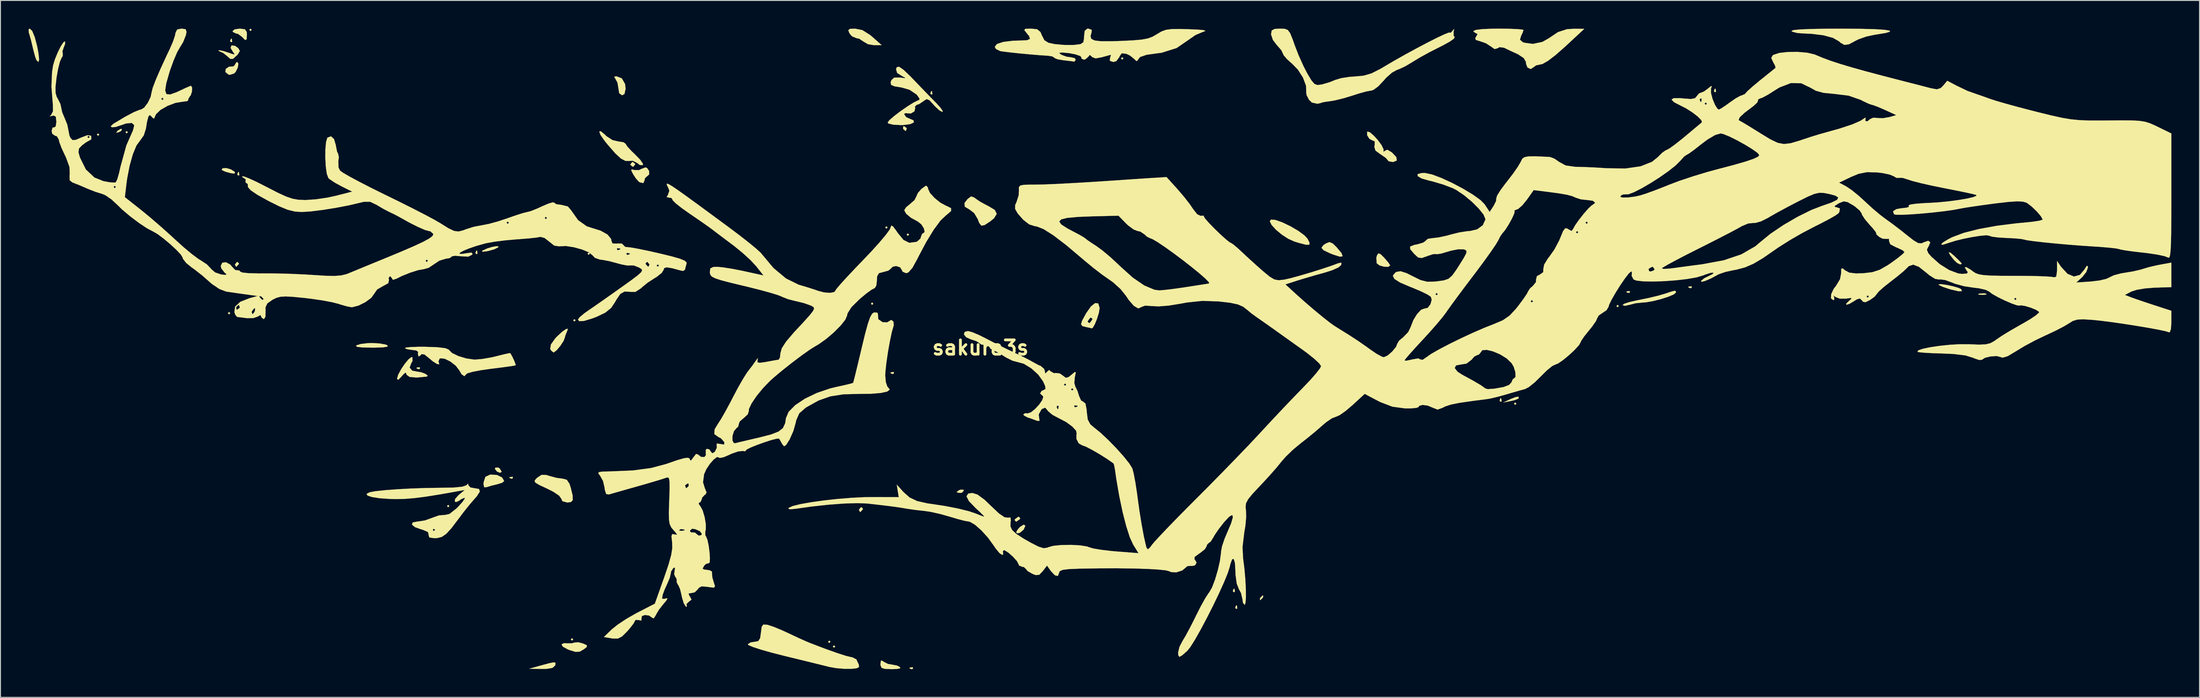
<source format=kicad_pcb>
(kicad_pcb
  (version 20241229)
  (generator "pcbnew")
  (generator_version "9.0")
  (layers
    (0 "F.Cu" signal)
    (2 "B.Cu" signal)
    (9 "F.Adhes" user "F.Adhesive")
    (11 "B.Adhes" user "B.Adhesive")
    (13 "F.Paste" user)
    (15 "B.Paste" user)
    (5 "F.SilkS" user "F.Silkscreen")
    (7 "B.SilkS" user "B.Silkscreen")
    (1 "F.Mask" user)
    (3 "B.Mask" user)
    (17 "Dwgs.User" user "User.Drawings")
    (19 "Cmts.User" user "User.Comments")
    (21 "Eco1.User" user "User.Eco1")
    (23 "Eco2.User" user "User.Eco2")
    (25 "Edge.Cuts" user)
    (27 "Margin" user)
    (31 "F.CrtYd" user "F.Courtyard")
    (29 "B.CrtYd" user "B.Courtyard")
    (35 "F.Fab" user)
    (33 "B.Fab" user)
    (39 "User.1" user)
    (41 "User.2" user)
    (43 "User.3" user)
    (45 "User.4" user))
  (footprint "sakura3s"
    (layer "F.Cu")
    (at 101.515 34.041)
    (property "Reference" "sakura3s" (at 0 0 0) (layer "F.SilkS") (effects (font (size 1.524 1.524) (thickness 0.3))))
    (attr through_hole)
    (fp_poly (pts (xy -93.98 -22.733) (xy -94.107 -22.606) (xy -94.234 -22.733) (xy -94.107 -22.86) (xy -93.98 -22.733)) (stroke (width 0.01) (type solid)) (fill yes) (layer "F.SilkS"))
    (fp_poly (pts (xy -90.932 -22.987) (xy -91.059 -22.86) (xy -91.186 -22.987) (xy -91.059 -23.114) (xy -90.932 -22.987)) (stroke (width 0.01) (type solid)) (fill yes) (layer "F.SilkS"))
    (fp_poly (pts (xy -80.01 -3.683) (xy -80.137 -3.556) (xy -80.264 -3.683) (xy -80.137 -3.81) (xy -80.01 -3.683)) (stroke (width 0.01) (type solid)) (fill yes) (layer "F.SilkS"))
    (fp_poly (pts (xy -77.724 -33.909) (xy -77.851 -33.782) (xy -77.978 -33.909) (xy -77.851 -34.036) (xy -77.724 -33.909)) (stroke (width 0.01) (type solid)) (fill yes) (layer "F.SilkS"))
    (fp_poly (pts (xy -56.642 16.891) (xy -56.769 17.018) (xy -56.896 16.891) (xy -56.769 16.764) (xy -56.642 16.891)) (stroke (width 0.01) (type solid)) (fill yes) (layer "F.SilkS"))
    (fp_poly (pts (xy -43.434 31.115) (xy -43.561 31.242) (xy -43.688 31.115) (xy -43.561 30.988) (xy -43.434 31.115)) (stroke (width 0.01) (type solid)) (fill yes) (layer "F.SilkS"))
    (fp_poly (pts (xy -43.18 -2.921) (xy -43.307 -2.794) (xy -43.434 -2.921) (xy -43.307 -3.048) (xy -43.18 -2.921)) (stroke (width 0.01) (type solid)) (fill yes) (layer "F.SilkS"))
    (fp_poly (pts (xy -41.656 -10.033) (xy -41.783 -9.906) (xy -41.91 -10.033) (xy -41.783 -10.16) (xy -41.656 -10.033)) (stroke (width 0.01) (type solid)) (fill yes) (layer "F.SilkS"))
    (fp_poly (pts (xy -16.002 31.369) (xy -16.129 31.496) (xy -16.256 31.369) (xy -16.129 31.242) (xy -16.002 31.369)) (stroke (width 0.01) (type solid)) (fill yes) (layer "F.SilkS"))
    (fp_poly (pts (xy -15.494 31.877) (xy -15.621 32.004) (xy -15.748 31.877) (xy -15.621 31.75) (xy -15.494 31.877)) (stroke (width 0.01) (type solid)) (fill yes) (layer "F.SilkS"))
    (fp_poly (pts (xy -11.43 -4.699) (xy -11.557 -4.572) (xy -11.684 -4.699) (xy -11.557 -4.826) (xy -11.43 -4.699)) (stroke (width 0.01) (type solid)) (fill yes) (layer "F.SilkS"))
    (fp_poly (pts (xy -9.906 -12.827) (xy -10.033 -12.7) (xy -10.16 -12.827) (xy -10.033 -12.954) (xy -9.906 -12.827)) (stroke (width 0.01) (type solid)) (fill yes) (layer "F.SilkS"))
    (fp_poly (pts (xy -7.62 -12.065) (xy -7.747 -11.938) (xy -7.874 -12.065) (xy -7.747 -12.192) (xy -7.62 -12.065)) (stroke (width 0.01) (type solid)) (fill yes) (layer "F.SilkS"))
    (fp_poly (pts (xy 15.24 -30.861) (xy 15.113 -30.734) (xy 14.986 -30.861) (xy 15.113 -30.988) (xy 15.24 -30.861)) (stroke (width 0.01) (type solid)) (fill yes) (layer "F.SilkS"))
    (fp_poly (pts (xy 57.15 5.969) (xy 57.023 6.096) (xy 56.896 5.969) (xy 57.023 5.842) (xy 57.15 5.969)) (stroke (width 0.01) (type solid)) (fill yes) (layer "F.SilkS"))
    (fp_poly (pts (xy 68.072 -4.445) (xy 67.945 -4.318) (xy 67.818 -4.445) (xy 67.945 -4.572) (xy 68.072 -4.445)) (stroke (width 0.01) (type solid)) (fill yes) (layer "F.SilkS"))
    (fp_poly (pts (xy -79.841 -32.935) (xy -79.81 -32.634) (xy -79.841 -32.597) (xy -79.992 -32.632) (xy -80.01 -32.766) (xy -79.917 -32.975) (xy -79.841 -32.935)) (stroke (width 0.01) (type solid)) (fill yes) (layer "F.SilkS"))
    (fp_poly (pts (xy -79.079 -18.711) (xy -79.048 -18.41) (xy -79.079 -18.373) (xy -79.23 -18.408) (xy -79.248 -18.542) (xy -79.155 -18.751) (xy -79.079 -18.711)) (stroke (width 0.01) (type solid)) (fill yes) (layer "F.SilkS"))
    (fp_poly (pts (xy -59.775 2.117) (xy -59.81 2.268) (xy -59.944 2.286) (xy -60.153 2.193) (xy -60.113 2.117) (xy -59.812 2.086) (xy -59.775 2.117)) (stroke (width 0.01) (type solid)) (fill yes) (layer "F.SilkS"))
    (fp_poly (pts (xy -53.679 -10.329) (xy -53.648 -10.028) (xy -53.679 -9.991) (xy -53.83 -10.026) (xy -53.848 -10.16) (xy -53.755 -10.369) (xy -53.679 -10.329)) (stroke (width 0.01) (type solid)) (fill yes) (layer "F.SilkS"))
    (fp_poly (pts (xy -49.869 13.801) (xy -49.904 13.952) (xy -50.038 13.97) (xy -50.247 13.877) (xy -50.207 13.801) (xy -49.906 13.77) (xy -49.869 13.801)) (stroke (width 0.01) (type solid)) (fill yes) (layer "F.SilkS"))
    (fp_poly (pts (xy -9.229 2.625) (xy -9.264 2.776) (xy -9.398 2.794) (xy -9.607 2.701) (xy -9.567 2.625) (xy -9.266 2.594) (xy -9.229 2.625)) (stroke (width 0.01) (type solid)) (fill yes) (layer "F.SilkS"))
    (fp_poly (pts (xy -7.197 34.121) (xy -7.232 34.272) (xy -7.366 34.29) (xy -7.575 34.197) (xy -7.535 34.121) (xy -7.234 34.09) (xy -7.197 34.121)) (stroke (width 0.01) (type solid)) (fill yes) (layer "F.SilkS"))
    (fp_poly (pts (xy -5.165 -27.347) (xy -5.134 -27.046) (xy -5.165 -27.009) (xy -5.316 -27.044) (xy -5.334 -27.178) (xy -5.241 -27.387) (xy -5.165 -27.347)) (stroke (width 0.01) (type solid)) (fill yes) (layer "F.SilkS"))
    (fp_poly (pts (xy 27.093 25.739) (xy 27.124 26.04) (xy 27.093 26.077) (xy 26.942 26.042) (xy 26.924 25.908) (xy 27.017 25.699) (xy 27.093 25.739)) (stroke (width 0.01) (type solid)) (fill yes) (layer "F.SilkS"))
    (fp_poly (pts (xy 27.347 27.517) (xy 27.378 27.818) (xy 27.347 27.855) (xy 27.196 27.82) (xy 27.178 27.686) (xy 27.271 27.477) (xy 27.347 27.517)) (stroke (width 0.01) (type solid)) (fill yes) (layer "F.SilkS"))
    (fp_poly (pts (xy 55.541 5.419) (xy 55.572 5.72) (xy 55.541 5.757) (xy 55.39 5.722) (xy 55.372 5.588) (xy 55.465 5.379) (xy 55.541 5.419)) (stroke (width 0.01) (type solid)) (fill yes) (layer "F.SilkS"))
    (fp_poly (pts (xy 69.257 -6.011) (xy 69.222 -5.86) (xy 69.088 -5.842) (xy 68.879 -5.935) (xy 68.919 -6.011) (xy 69.22 -6.042) (xy 69.257 -6.011)) (stroke (width 0.01) (type solid)) (fill yes) (layer "F.SilkS"))
    (fp_poly (pts (xy 75.861 -6.519) (xy 75.826 -6.368) (xy 75.692 -6.35) (xy 75.483 -6.443) (xy 75.523 -6.519) (xy 75.824 -6.55) (xy 75.861 -6.519)) (stroke (width 0.01) (type solid)) (fill yes) (layer "F.SilkS"))
    (fp_poly (pts (xy 78.401 -27.601) (xy 78.432 -27.3) (xy 78.401 -27.263) (xy 78.25 -27.298) (xy 78.232 -27.432) (xy 78.325 -27.641) (xy 78.401 -27.601)) (stroke (width 0.01) (type solid)) (fill yes) (layer "F.SilkS"))
    (fp_poly (pts (xy -91.56 -23.319) (xy -91.637 -23.13) (xy -91.874 -23.003) (xy -92.17 -22.926) (xy -92.049 -23.112) (xy -92.016 -23.146) (xy -91.683 -23.346) (xy -91.56 -23.319)) (stroke (width 0.01) (type solid)) (fill yes) (layer "F.SilkS"))
    (fp_poly (pts (xy -51.257 12.903) (xy -51.06 13.242) (xy -51.249 13.34) (xy -51.562 13.208) (xy -51.784 12.928) (xy -51.741 12.794) (xy -51.432 12.78) (xy -51.257 12.903)) (stroke (width 0.01) (type solid)) (fill yes) (layer "F.SilkS"))
    (fp_poly (pts (xy -79.081 -8.988) (xy -79.121 -8.89) (xy -79.349 -8.648) (xy -79.39 -8.636) (xy -79.499 -8.833) (xy -79.502 -8.89) (xy -79.307 -9.134) (xy -79.233 -9.144) (xy -79.081 -8.988)) (stroke (width 0.01) (type solid)) (fill yes) (layer "F.SilkS"))
    (fp_poly (pts (xy -36.837 -19.619) (xy -36.83 -19.558) (xy -37.023 -19.311) (xy -37.084 -19.304) (xy -37.331 -19.497) (xy -37.338 -19.558) (xy -37.145 -19.805) (xy -37.084 -19.812) (xy -36.837 -19.619)) (stroke (width 0.01) (type solid)) (fill yes) (layer "F.SilkS"))
    (fp_poly (pts (xy -12.533 17.174) (xy -12.573 17.272) (xy -12.801 17.514) (xy -12.842 17.526) (xy -12.951 17.329) (xy -12.954 17.272) (xy -12.759 17.028) (xy -12.685 17.018) (xy -12.533 17.174)) (stroke (width 0.01) (type solid)) (fill yes) (layer "F.SilkS"))
    (fp_poly (pts (xy -7.884 -23.438) (xy -7.874 -23.368) (xy -7.961 -23.121) (xy -7.986 -23.114) (xy -8.203 -23.292) (xy -8.255 -23.368) (xy -8.235 -23.602) (xy -8.143 -23.622) (xy -7.884 -23.438)) (stroke (width 0.01) (type solid)) (fill yes) (layer "F.SilkS"))
    (fp_poly (pts (xy -1.778 15.248) (xy -1.984 15.466) (xy -2.159 15.494) (xy -2.498 15.44) (xy -2.54 15.394) (xy -2.341 15.23) (xy -2.159 15.148) (xy -1.832 15.143) (xy -1.778 15.248)) (stroke (width 0.01) (type solid)) (fill yes) (layer "F.SilkS"))
    (fp_poly (pts (xy 4.232 18.19) (xy 4.191 18.288) (xy 3.855 18.533) (xy 3.78 18.542) (xy 3.642 18.386) (xy 3.683 18.288) (xy 4.019 18.043) (xy 4.094 18.034) (xy 4.232 18.19)) (stroke (width 0.01) (type solid)) (fill yes) (layer "F.SilkS"))
    (fp_poly (pts (xy 30.146 26.58) (xy 30.099 26.67) (xy 29.86 26.913) (xy 29.815 26.924) (xy 29.798 26.76) (xy 29.845 26.67) (xy 30.084 26.427) (xy 30.129 26.416) (xy 30.146 26.58)) (stroke (width 0.01) (type solid)) (fill yes) (layer "F.SilkS"))
    (fp_poly (pts (xy 57.383 5.23) (xy 57.386 5.422) (xy 56.946 5.6) (xy 56.514 5.696) (xy 55.753 5.845) (xy 56.515 5.486) (xy 57.061 5.27) (xy 57.372 5.223) (xy 57.383 5.23)) (stroke (width 0.01) (type solid)) (fill yes) (layer "F.SilkS"))
    (fp_poly (pts (xy 107.256 -5.755) (xy 107.265 -5.671) (xy 106.867 -5.637) (xy 106.807 -5.638) (xy 106.413 -5.674) (xy 106.451 -5.751) (xy 106.494 -5.764) (xy 107.048 -5.801) (xy 107.256 -5.755)) (stroke (width 0.01) (type solid)) (fill yes) (layer "F.SilkS"))
    (fp_poly (pts (xy -79.948 -19.022) (xy -79.568 -18.79) (xy -79.502 -18.66) (xy -79.591 -18.572) (xy -79.938 -18.618) (xy -80.515 -18.769) (xy -80.918 -18.955) (xy -80.838 -19.136) (xy -80.454 -19.167) (xy -79.948 -19.022)) (stroke (width 0.01) (type solid)) (fill yes) (layer "F.SilkS"))
    (fp_poly (pts (xy 4.783 18.987) (xy 4.615 19.378) (xy 4.577 19.425) (xy 4.2 19.741) (xy 3.891 19.804) (xy 3.81 19.667) (xy 3.968 19.392) (xy 4.203 19.129) (xy 4.606 18.872) (xy 4.783 18.987)) (stroke (width 0.01) (type solid)) (fill yes) (layer "F.SilkS"))
    (fp_poly (pts (xy -45.318 33.612) (xy -45.337 33.807) (xy -45.374 33.909) (xy -45.651 34.155) (xy -46.291 34.261) (xy -46.827 34.267) (xy -48.133 34.245) (xy -46.863 33.891) (xy -45.986 33.655) (xy -45.502 33.561) (xy -45.318 33.612)) (stroke (width 0.01) (type solid)) (fill yes) (layer "F.SilkS"))
    (fp_poly (pts (xy 103.439 -10.135) (xy 103.847 -9.795) (xy 104.336 -9.323) (xy 104.619 -9.017) (xy 104.648 -8.969) (xy 104.492 -8.876) (xy 104.14 -9.054) (xy 103.837 -9.335) (xy 103.393 -9.902) (xy 103.261 -10.183) (xy 103.439 -10.135)) (stroke (width 0.01) (type solid)) (fill yes) (layer "F.SilkS"))
    (fp_poly (pts (xy -51.395 -10.797) (xy -51.435 -10.713) (xy -51.843 -10.503) (xy -52.5 -10.318) (xy -52.578 -10.303) (xy -53.104 -10.236) (xy -53.16 -10.318) (xy -53.086 -10.369) (xy -52.619 -10.584) (xy -52.078 -10.748) (xy -51.619 -10.83) (xy -51.395 -10.797)) (stroke (width 0.01) (type solid)) (fill yes) (layer "F.SilkS"))
    (fp_poly (pts (xy -38.251 -28.733) (xy -37.906 -28.129) (xy -37.846 -27.635) (xy -37.966 -27.068) (xy -38.227 -26.924) (xy -38.531 -27.149) (xy -38.608 -27.635) (xy -38.711 -28.27) (xy -38.913 -28.651) (xy -39.072 -28.9) (xy -38.837 -28.956) (xy -38.251 -28.733)) (stroke (width 0.01) (type solid)) (fill yes) (layer "F.SilkS"))
    (fp_poly (pts (xy 37.565 -11.12) (xy 37.965 -10.731) (xy 38.494 -10.1) (xy 38.622 -9.763) (xy 38.34 -9.709) (xy 37.635 -9.929) (xy 37.275 -10.073) (xy 36.593 -10.396) (xy 36.364 -10.655) (xy 36.554 -10.929) (xy 36.822 -11.112) (xy 37.207 -11.267) (xy 37.565 -11.12)) (stroke (width 0.01) (type solid)) (fill yes) (layer "F.SilkS"))
    (fp_poly (pts (xy 103.061 -6.693) (xy 103.742 -6.545) (xy 104.32 -6.376) (xy 104.583 -6.246) (xy 104.664 -6.034) (xy 104.292 -6.024) (xy 103.48 -6.214) (xy 103.288 -6.27) (xy 102.613 -6.497) (xy 102.22 -6.684) (xy 102.175 -6.755) (xy 102.473 -6.777) (xy 103.061 -6.693)) (stroke (width 0.01) (type solid)) (fill yes) (layer "F.SilkS"))
    (fp_poly (pts (xy -78.449 -33.968) (xy -78.25 -33.677) (xy -78.232 -33.401) (xy -78.271 -32.88) (xy -78.435 -32.83) (xy -78.74 -33.147) (xy -79.172 -33.47) (xy -79.406 -33.528) (xy -79.724 -33.676) (xy -79.756 -33.782) (xy -79.535 -33.96) (xy -79.003 -34.036) (xy -78.994 -34.036) (xy -78.449 -33.968)) (stroke (width 0.01) (type solid)) (fill yes) (layer "F.SilkS"))
    (fp_poly (pts (xy -51.547 13.581) (xy -51.013 13.846) (xy -50.8 14.223) (xy -51.018 14.406) (xy -51.498 14.555) (xy -52.184 14.722) (xy -52.626 14.863) (xy -52.927 14.891) (xy -53 14.572) (xy -52.981 14.327) (xy -52.802 13.777) (xy -52.32 13.548) (xy -52.211 13.532) (xy -51.547 13.581)) (stroke (width 0.01) (type solid)) (fill yes) (layer "F.SilkS"))
    (fp_poly (pts (xy 42.67 -9.976) (xy 43.064 -9.585) (xy 43.476 -9.107) (xy 43.682 -8.799) (xy 43.688 -8.774) (xy 43.49 -8.628) (xy 43.042 -8.641) (xy 42.561 -8.776) (xy 42.265 -8.997) (xy 42.256 -9.017) (xy 42.214 -9.577) (xy 42.275 -9.828) (xy 42.428 -10.065) (xy 42.67 -9.976)) (stroke (width 0.01) (type solid)) (fill yes) (layer "F.SilkS"))
    (fp_poly (pts (xy -79.139 -30.295) (xy -79.208 -29.878) (xy -79.425 -29.436) (xy -79.593 -29.252) (xy -80.054 -29.112) (xy -80.201 -29.138) (xy -80.535 -29.412) (xy -80.486 -29.74) (xy -80.139 -29.977) (xy -79.692 -30.002) (xy -79.508 -30.164) (xy -79.502 -30.226) (xy -79.326 -30.473) (xy -79.272 -30.48) (xy -79.139 -30.295)) (stroke (width 0.01) (type solid)) (fill yes) (layer "F.SilkS"))
    (fp_poly (pts (xy -64.078 -0.453) (xy -63.435 -0.333) (xy -63.246 -0.254) (xy -63.226 -0.123) (xy -63.664 -0.043) (xy -64.581 -0.009) (xy -64.897 -0.008) (xy -65.941 -0.03) (xy -66.501 -0.098) (xy -66.596 -0.215) (xy -66.548 -0.254) (xy -66.08 -0.399) (xy -65.324 -0.487) (xy -64.897 -0.5) (xy -64.078 -0.453)) (stroke (width 0.01) (type solid)) (fill yes) (layer "F.SilkS"))
    (fp_poly (pts (xy -12.598 -33.878) (xy -11.77 -33.356) (xy -11.536 -33.158) (xy -10.541 -32.279) (xy -11.335 -32.269) (xy -11.998 -32.376) (xy -12.446 -32.639) (xy -12.943 -32.965) (xy -13.23 -33.02) (xy -13.714 -33.224) (xy -13.97 -33.528) (xy -14.101 -33.87) (xy -13.92 -34.01) (xy -13.386 -34.036) (xy -12.598 -33.878)) (stroke (width 0.01) (type solid)) (fill yes) (layer "F.SilkS"))
    (fp_poly (pts (xy -10.405 33.437) (xy -10.363 33.477) (xy -9.865 33.736) (xy -9.538 33.786) (xy -8.91 33.907) (xy -8.636 34.036) (xy -8.541 34.188) (xy -8.882 34.268) (xy -9.461 34.286) (xy -10.195 34.262) (xy -10.552 34.144) (xy -10.663 33.871) (xy -10.668 33.731) (xy -10.613 33.36) (xy -10.405 33.437)) (stroke (width 0.01) (type solid)) (fill yes) (layer "F.SilkS"))
    (fp_poly (pts (xy -42.418 31.543) (xy -41.983 31.738) (xy -41.991 31.92) (xy -42.276 32.149) (xy -42.73 32.417) (xy -43.178 32.45) (xy -43.829 32.251) (xy -44.005 32.182) (xy -44.541 31.888) (xy -44.681 31.638) (xy -44.41 31.519) (xy -44.133 31.533) (xy -43.569 31.531) (xy -43.307 31.454) (xy -42.9 31.422) (xy -42.418 31.543)) (stroke (width 0.01) (type solid)) (fill yes) (layer "F.SilkS"))
    (fp_poly (pts (xy -101.137 -33.798) (xy -100.864 -33.14) (xy -100.604 -32.151) (xy -100.467 -31.433) (xy -100.393 -30.74) (xy -100.465 -30.479) (xy -100.677 -30.679) (xy -100.686 -30.693) (xy -100.817 -31.054) (xy -100.995 -31.715) (xy -101.073 -32.047) (xy -101.264 -32.837) (xy -101.441 -33.465) (xy -101.492 -33.612) (xy -101.51 -33.964) (xy -101.393 -34.036) (xy -101.137 -33.798)) (stroke (width 0.01) (type solid)) (fill yes) (layer "F.SilkS"))
    (fp_poly (pts (xy -44.082 -1.762) (xy -44.111 -1.714) (xy -44.3 -1.244) (xy -44.316 -1.118) (xy -44.465 -0.726) (xy -44.806 -0.201) (xy -45.201 0.271) (xy -45.509 0.505) (xy -45.534 0.508) (xy -45.787 0.306) (xy -45.889 0.11) (xy -45.811 -0.347) (xy -45.351 -0.993) (xy -45.196 -1.16) (xy -44.636 -1.684) (xy -44.212 -1.985) (xy -44.002 -2.024) (xy -44.082 -1.762)) (stroke (width 0.01) (type solid)) (fill yes) (layer "F.SilkS"))
    (fp_poly (pts (xy 31.453 -13.63) (xy 32.198 -13.365) (xy 33.062 -12.95) (xy 33.898 -12.46) (xy 34.562 -11.971) (xy 34.879 -11.62) (xy 35.092 -11.195) (xy 35.062 -10.987) (xy 34.723 -10.982) (xy 34.004 -11.166) (xy 33.491 -11.321) (xy 32.821 -11.619) (xy 32.131 -12.069) (xy 31.511 -12.586) (xy 31.055 -13.083) (xy 30.855 -13.475) (xy 30.97 -13.668) (xy 31.453 -13.63)) (stroke (width 0.01) (type solid)) (fill yes) (layer "F.SilkS"))
    (fp_poly (pts (xy -35.571 -19.184) (xy -35.344 -18.86) (xy -35.338 -18.476) (xy -35.556 -18.288) (xy -35.56 -18.288) (xy -35.785 -18.082) (xy -35.814 -17.907) (xy -35.951 -17.56) (xy -36.336 -17.644) (xy -36.449 -17.72) (xy -36.758 -18.07) (xy -37.046 -18.515) (xy -37.255 -18.936) (xy -37.172 -19.027) (xy -36.95 -18.955) (xy -36.408 -18.948) (xy -36.174 -19.067) (xy -35.75 -19.228) (xy -35.571 -19.184)) (stroke (width 0.01) (type solid)) (fill yes) (layer "F.SilkS"))
    (fp_poly (pts (xy -0.653 -16.012) (xy -0.541 -15.919) (xy -0.044 -15.579) (xy 0.663 -15.194) (xy 0.826 -15.116) (xy 1.528 -14.694) (xy 1.732 -14.276) (xy 1.446 -13.808) (xy 1.04 -13.479) (xy 0.433 -13.081) (xy 0.086 -13.019) (xy -0.143 -13.323) (xy -0.298 -13.734) (xy -0.673 -14.359) (xy -1.174 -14.744) (xy -1.681 -15.049) (xy -1.703 -15.439) (xy -1.367 -15.869) (xy -0.994 -16.14) (xy -0.653 -16.012)) (stroke (width 0.01) (type solid)) (fill yes) (layer "F.SilkS"))
    (fp_poly (pts (xy -79.5 -32.201) (xy -79.158 -31.956) (xy -78.987 -31.653) (xy -79.206 -31.288) (xy -79.296 -31.194) (xy -79.709 -30.821) (xy -79.989 -30.799) (xy -80.353 -31.113) (xy -80.364 -31.124) (xy -80.761 -31.444) (xy -80.953 -31.526) (xy -81.28 -31.682) (xy -81.189 -31.739) (xy -80.749 -31.648) (xy -80.089 -31.436) (xy -79.883 -31.36) (xy -79.545 -31.265) (xy -79.618 -31.427) (xy -79.692 -31.509) (xy -79.973 -31.983) (xy -79.872 -32.245) (xy -79.5 -32.201)) (stroke (width 0.01) (type solid)) (fill yes) (layer "F.SilkS"))
    (fp_poly (pts (xy 74.156 -6.019) (xy 74.168 -5.888) (xy 73.943 -5.691) (xy 73.365 -5.444) (xy 72.582 -5.191) (xy 71.74 -4.977) (xy 70.985 -4.846) (xy 70.67 -4.826) (xy 69.864 -4.743) (xy 69.241 -4.582) (xy 68.728 -4.469) (xy 68.471 -4.543) (xy 68.637 -4.683) (xy 69.192 -4.866) (xy 70.022 -5.055) (xy 70.177 -5.085) (xy 71.254 -5.305) (xy 72.279 -5.551) (xy 72.993 -5.759) (xy 73.694 -5.993) (xy 74.04 -6.075) (xy 74.156 -6.019)) (stroke (width 0.01) (type solid)) (fill yes) (layer "F.SilkS"))
    (fp_poly (pts (xy -46.326 13.572) (xy -45.948 13.687) (xy -45.195 13.888) (xy -44.551 13.97) (xy -44.118 14.086) (xy -43.833 14.517) (xy -43.701 14.922) (xy -43.493 15.779) (xy -43.483 16.26) (xy -43.694 16.469) (xy -44.069 16.51) (xy -44.585 16.373) (xy -44.704 16.113) (xy -44.932 15.785) (xy -45.558 15.363) (xy -46.239 15.02) (xy -47.05 14.642) (xy -47.465 14.395) (xy -47.555 14.198) (xy -47.389 13.976) (xy -47.267 13.864) (xy -46.821 13.568) (xy -46.326 13.572)) (stroke (width 0.01) (type solid)) (fill yes) (layer "F.SilkS"))
    (fp_poly (pts (xy -40.076 -22.752) (xy -39.899 -22.57) (xy -39.248 -22.147) (xy -38.62 -21.999) (xy -38.079 -21.916) (xy -37.847 -21.756) (xy -37.847 -21.751) (xy -37.673 -21.472) (xy -37.225 -20.983) (xy -36.802 -20.577) (xy -36.277 -20.035) (xy -36.003 -19.623) (xy -36.011 -19.466) (xy -36.358 -19.502) (xy -36.576 -19.685) (xy -37.081 -19.943) (xy -37.441 -19.922) (xy -37.864 -19.926) (xy -38.345 -20.179) (xy -38.95 -20.736) (xy -39.744 -21.647) (xy -40.083 -22.065) (xy -40.526 -22.699) (xy -40.659 -23.059) (xy -40.503 -23.094) (xy -40.076 -22.752)) (stroke (width 0.01) (type solid)) (fill yes) (layer "F.SilkS"))
    (fp_poly (pts (xy -60.577 1.019) (xy -60.574 1.42) (xy -60.706 1.651) (xy -60.879 2.117) (xy -60.612 2.446) (xy -60.12 2.544) (xy -59.656 2.617) (xy -59.22 2.779) (xy -58.961 2.957) (xy -59.028 3.074) (xy -59.055 3.08) (xy -60.143 3.183) (xy -60.881 3.115) (xy -61.209 2.882) (xy -61.22 2.815) (xy -61.308 2.641) (xy -61.59 2.886) (xy -61.722 3.048) (xy -62.081 3.42) (xy -62.218 3.339) (xy -62.22 3.302) (xy -62.097 2.873) (xy -61.788 2.298) (xy -61.387 1.707) (xy -60.986 1.229) (xy -60.678 0.993) (xy -60.577 1.019)) (stroke (width 0.01) (type solid)) (fill yes) (layer "F.SilkS"))
    (fp_poly (pts (xy 93.869 -34.017) (xy 95.385 -33.977) (xy 96.414 -33.912) (xy 96.953 -33.823) (xy 96.996 -33.71) (xy 96.541 -33.575) (xy 95.582 -33.417) (xy 95.389 -33.391) (xy 94.452 -33.19) (xy 93.587 -32.88) (xy 93.315 -32.739) (xy 92.607 -32.363) (xy 92.128 -32.299) (xy 91.71 -32.54) (xy 91.566 -32.677) (xy 90.924 -33.048) (xy 89.894 -33.328) (xy 88.59 -33.489) (xy 87.835 -33.517) (xy 87.097 -33.573) (xy 86.592 -33.704) (xy 86.487 -33.782) (xy 86.675 -33.875) (xy 87.361 -33.947) (xy 88.534 -33.998) (xy 90.184 -34.026) (xy 91.87 -34.032) (xy 93.869 -34.017)) (stroke (width 0.01) (type solid)) (fill yes) (layer "F.SilkS"))
    (fp_poly (pts (xy 12.557 -4.725) (xy 12.698 -4.274) (xy 12.7 -4.197) (xy 12.621 -3.711) (xy 12.429 -3.09) (xy 12.19 -2.503) (xy 11.97 -2.122) (xy 11.868 -2.067) (xy 11.606 -2.136) (xy 11.239 -2.211) (xy 10.853 -2.316) (xy 10.721 -2.509) (xy 10.802 -2.764) (xy 11.43 -2.764) (xy 11.586 -2.626) (xy 11.684 -2.667) (xy 11.929 -3.003) (xy 11.938 -3.078) (xy 11.782 -3.216) (xy 11.684 -3.175) (xy 11.439 -2.839) (xy 11.43 -2.764) (xy 10.802 -2.764) (xy 10.846 -2.902) (xy 11.231 -3.609) (xy 11.273 -3.683) (xy 11.781 -4.406) (xy 12.23 -4.761) (xy 12.557 -4.725)) (stroke (width 0.01) (type solid)) (fill yes) (layer "F.SilkS"))
    (fp_poly (pts (xy 41.507 -22.993) (xy 41.921 -22.643) (xy 42.382 -22.137) (xy 42.772 -21.609) (xy 42.974 -21.193) (xy 42.979 -21.1) (xy 42.987 -20.871) (xy 43.107 -20.995) (xy 43.386 -21.118) (xy 43.857 -20.845) (xy 43.879 -20.828) (xy 44.348 -20.328) (xy 44.397 -19.97) (xy 44.02 -19.814) (xy 43.942 -19.812) (xy 43.528 -19.892) (xy 43.432 -20.003) (xy 43.233 -20.242) (xy 42.744 -20.582) (xy 42.653 -20.636) (xy 42.123 -21.028) (xy 42 -21.425) (xy 42.036 -21.588) (xy 42.053 -22.007) (xy 41.827 -22.098) (xy 41.477 -22.281) (xy 41.232 -22.669) (xy 41.233 -23.024) (xy 41.258 -23.054) (xy 41.507 -22.993)) (stroke (width 0.01) (type solid)) (fill yes) (layer "F.SilkS"))
    (fp_poly (pts (xy -22.767 29.551) (xy -22.653 29.577) (xy -22.066 29.771) (xy -21.225 30.116) (xy -20.447 30.473) (xy -19.524 30.908) (xy -18.669 31.293) (xy -18.161 31.507) (xy -16.61 32.098) (xy -15.316 32.561) (xy -14.343 32.874) (xy -13.757 33.014) (xy -13.681 33.02) (xy -13.242 33.243) (xy -12.981 33.79) (xy -12.954 34.057) (xy -13.181 34.189) (xy -13.762 34.254) (xy -14.547 34.251) (xy -15.388 34.182) (xy -16.129 34.048) (xy -16.633 33.922) (xy -17.526 33.701) (xy -18.705 33.412) (xy -20.065 33.08) (xy -20.896 32.878) (xy -22.274 32.526) (xy -23.424 32.201) (xy -24.271 31.924) (xy -24.743 31.721) (xy -24.814 31.642) (xy -24.523 31.438) (xy -24.111 31.375) (xy -23.699 31.298) (xy -23.498 30.983) (xy -23.415 30.393) (xy -23.334 29.768) (xy -23.156 29.528) (xy -22.767 29.551)) (stroke (width 0.01) (type solid)) (fill yes) (layer "F.SilkS"))
    (fp_poly (pts (xy 56.34 -34.023) (xy 57.217 -33.989) (xy 57.771 -33.938) (xy 57.912 -33.892) (xy 57.805 -33.578) (xy 57.648 -33.255) (xy 57.532 -32.853) (xy 57.813 -32.603) (xy 57.978 -32.535) (xy 58.912 -32.41) (xy 59.915 -32.618) (xy 60.579 -32.989) (xy 61.581 -33.664) (xy 62.551 -33.977) (xy 63.306 -34.024) (xy 64.389 -34.012) (xy 62.357 -32.123) (xy 61.35 -31.235) (xy 60.519 -30.6) (xy 59.934 -30.267) (xy 59.768 -30.229) (xy 59.256 -30.123) (xy 59.055 -29.972) (xy 58.682 -29.726) (xy 58.335 -29.887) (xy 58.187 -30.263) (xy 58.166 -30.493) (xy 57.938 -30.893) (xy 57.336 -31.295) (xy 57.214 -31.352) (xy 56.498 -31.679) (xy 55.932 -31.954) (xy 55.849 -31.998) (xy 55.345 -32.062) (xy 55.167 -31.951) (xy 54.821 -31.856) (xy 54.469 -32.109) (xy 53.898 -32.48) (xy 53.305 -32.684) (xy 52.82 -32.834) (xy 52.768 -33.048) (xy 52.859 -33.18) (xy 53.016 -33.469) (xy 52.863 -33.528) (xy 52.592 -33.704) (xy 52.578 -33.782) (xy 52.82 -33.898) (xy 53.501 -33.983) (xy 54.551 -34.029) (xy 55.245 -34.036) (xy 56.34 -34.023)) (stroke (width 0.01) (type solid)) (fill yes) (layer "F.SilkS"))
    (fp_poly (pts (xy -59.233 -0.097) (xy -57.917 -0.05) (xy -57.068 0.053) (xy -56.703 0.207) (xy -56.693 0.227) (xy -56.363 0.561) (xy -55.696 0.887) (xy -54.86 1.142) (xy -54.023 1.264) (xy -53.88 1.267) (xy -53.093 1.197) (xy -52.108 1.023) (xy -51.574 0.895) (xy -50.815 0.704) (xy -50.295 0.593) (xy -50.148 0.581) (xy -49.934 0.945) (xy -49.711 1.426) (xy -49.575 1.801) (xy -49.573 1.88) (xy -49.844 1.933) (xy -50.509 2.03) (xy -51.456 2.155) (xy -52.197 2.246) (xy -53.272 2.398) (xy -54.14 2.563) (xy -54.688 2.716) (xy -54.822 2.801) (xy -55.046 3.04) (xy -55.351 2.819) (xy -55.574 2.425) (xy -55.955 1.924) (xy -56.536 1.471) (xy -57.148 1.171) (xy -57.618 1.126) (xy -57.67 1.15) (xy -57.808 1.455) (xy -57.774 1.542) (xy -57.72 1.773) (xy -57.964 1.73) (xy -58.405 1.453) (xy -58.8 1.122) (xy -59.302 0.72) (xy -59.599 0.678) (xy -59.722 0.805) (xy -59.921 0.946) (xy -59.995 0.671) (xy -59.974 0.445) (xy -60.164 0.295) (xy -60.516 0.25) (xy -61.105 0.168) (xy -61.38 0.06) (xy -61.275 -0.016) (xy -60.754 -0.071) (xy -59.91 -0.098) (xy -59.233 -0.097)) (stroke (width 0.01) (type solid)) (fill yes) (layer "F.SilkS"))
    (fp_poly (pts (xy -8.203 -29.64) (xy -7.463 -28.933) (xy -7.216 -28.676) (xy -6.371 -27.795) (xy -5.518 -26.914) (xy -4.824 -26.205) (xy -4.742 -26.123) (xy -4.26 -25.592) (xy -4.028 -25.238) (xy -4.06 -25.146) (xy -4.397 -25.325) (xy -4.871 -25.771) (xy -5.001 -25.919) (xy -5.442 -26.397) (xy -5.734 -26.521) (xy -6.032 -26.346) (xy -6.084 -26.3) (xy -6.546 -25.987) (xy -6.807 -25.908) (xy -6.991 -25.726) (xy -6.962 -25.56) (xy -7.043 -25.219) (xy -7.41 -24.993) (xy -7.842 -25.004) (xy -7.897 -25.033) (xy -8.111 -24.983) (xy -8.128 -24.883) (xy -7.916 -24.59) (xy -7.62 -24.458) (xy -7.139 -24.25) (xy -7.11 -24.035) (xy -7.478 -23.857) (xy -8.188 -23.757) (xy -8.508 -23.749) (xy -9.317 -23.794) (xy -9.81 -23.914) (xy -9.905 -24.018) (xy -9.71 -24.279) (xy -9.206 -24.714) (xy -8.522 -25.233) (xy -7.782 -25.746) (xy -7.113 -26.163) (xy -6.641 -26.395) (xy -6.541 -26.416) (xy -6.5 -26.571) (xy -6.765 -26.95) (xy -6.828 -27.02) (xy -7.573 -27.519) (xy -8.418 -27.76) (xy -9.177 -27.884) (xy -9.532 -28.037) (xy -9.583 -28.29) (xy -9.508 -28.528) (xy -9.217 -28.809) (xy -8.597 -28.818) (xy -8.55 -28.811) (xy -8.061 -28.751) (xy -8.034 -28.805) (xy -8.293 -28.931) (xy -8.888 -29.308) (xy -9.008 -29.72) (xy -8.913 -29.934) (xy -8.677 -29.967) (xy -8.203 -29.64)) (stroke (width 0.01) (type solid)) (fill yes) (layer "F.SilkS"))
    (fp_poly (pts (xy -54.614 14.668) (xy -54.394 14.907) (xy -53.975 14.986) (xy -53.478 15.069) (xy -53.392 15.345) (xy -53.719 15.855) (xy -54.007 16.179) (xy -54.516 16.769) (xy -55.161 17.58) (xy -55.692 18.288) (xy -56.418 19.245) (xy -56.97 19.85) (xy -57.444 20.178) (xy -57.937 20.306) (xy -58.242 20.32) (xy -58.764 20.247) (xy -58.859 20.002) (xy -58.844 19.96) (xy -58.93 19.658) (xy -59.454 19.431) (xy -58.42 19.431) (xy -58.293 19.558) (xy -58.166 19.431) (xy -58.293 19.304) (xy -58.42 19.431) (xy -59.454 19.431) (xy -59.477 19.421) (xy -59.623 19.384) (xy -60.305 19.142) (xy -60.629 18.871) (xy -60.56 18.645) (xy -60.063 18.543) (xy -60.004 18.542) (xy -59.247 18.425) (xy -58.457 18.141) (xy -58.445 18.135) (xy -57.765 17.892) (xy -57.199 17.843) (xy -57.158 17.851) (xy -56.625 17.732) (xy -55.886 17.149) (xy -55.724 16.988) (xy -55.241 16.452) (xy -54.998 16.093) (xy -55.016 16.002) (xy -55.403 16.164) (xy -55.571 16.303) (xy -55.925 16.465) (xy -56.066 16.408) (xy -56.028 16.135) (xy -55.675 15.733) (xy -55.626 15.692) (xy -54.991 15.171) (xy -55.753 15.31) (xy -57.653 15.647) (xy -59.16 15.888) (xy -60.377 16.043) (xy -61.408 16.126) (xy -62.357 16.147) (xy -62.95 16.134) (xy -64.064 16.058) (xy -64.892 15.929) (xy -65.379 15.766) (xy -65.469 15.587) (xy -65.113 15.412) (xy -64.488 15.302) (xy -63.471 15.195) (xy -62.175 15.099) (xy -60.717 15.02) (xy -59.211 14.967) (xy -57.772 14.946) (xy -57.605 14.945) (xy -56.186 14.917) (xy -55.257 14.825) (xy -54.826 14.672) (xy -54.808 14.65) (xy -54.645 14.493) (xy -54.614 14.668)) (stroke (width 0.01) (type solid)) (fill yes) (layer "F.SilkS"))
    (fp_poly (pts (xy 32.442 -34.018) (xy 32.77 -33.893) (xy 33.018 -33.559) (xy 33.282 -32.911) (xy 33.488 -32.322) (xy 33.925 -31.194) (xy 34.451 -30.027) (xy 34.848 -29.259) (xy 35.289 -28.518) (xy 35.613 -28.135) (xy 35.94 -28.019) (xy 36.391 -28.079) (xy 36.412 -28.083) (xy 37.212 -28.313) (xy 37.846 -28.568) (xy 38.457 -28.753) (xy 39.338 -28.889) (xy 39.937 -28.932) (xy 40.876 -29.021) (xy 41.701 -29.264) (xy 42.631 -29.734) (xy 42.985 -29.943) (xy 44.1 -30.599) (xy 45.307 -31.28) (xy 46.526 -31.944) (xy 47.678 -32.551) (xy 48.683 -33.058) (xy 49.462 -33.426) (xy 49.935 -33.612) (xy 50.042 -33.611) (xy 50.161 -33.601) (xy 50.32 -33.782) (xy 50.514 -34.015) (xy 50.478 -33.802) (xy 50.454 -33.727) (xy 50.457 -33.281) (xy 50.571 -33.132) (xy 50.481 -32.959) (xy 50.019 -32.637) (xy 49.273 -32.226) (xy 48.972 -32.077) (xy 47.925 -31.546) (xy 46.908 -30.989) (xy 46.129 -30.52) (xy 46.082 -30.489) (xy 45.328 -30.038) (xy 44.635 -29.709) (xy 44.416 -29.637) (xy 43.891 -29.35) (xy 43.267 -28.799) (xy 42.962 -28.455) (xy 42.407 -27.868) (xy 41.897 -27.498) (xy 41.684 -27.432) (xy 41.206 -27.352) (xy 40.44 -27.145) (xy 39.764 -26.928) (xy 38.791 -26.629) (xy 37.854 -26.396) (xy 37.374 -26.311) (xy 36.774 -26.229) (xy 36.461 -26.169) (xy 36.449 -26.161) (xy 36.237 -26.091) (xy 35.927 -26.025) (xy 35.344 -26.151) (xy 35.038 -26.447) (xy 34.781 -26.937) (xy 34.74 -27.217) (xy 34.721 -27.936) (xy 34.395 -28.811) (xy 33.843 -29.673) (xy 33.266 -30.263) (xy 32.687 -30.782) (xy 32.323 -31.212) (xy 32.258 -31.367) (xy 32.087 -31.728) (xy 31.671 -32.212) (xy 31.623 -32.258) (xy 31.182 -32.838) (xy 30.988 -33.423) (xy 30.988 -33.445) (xy 31.057 -33.836) (xy 31.359 -34.003) (xy 31.941 -34.036) (xy 32.442 -34.018)) (stroke (width 0.01) (type solid)) (fill yes) (layer "F.SilkS"))
    (fp_poly (pts (xy 11.862 -33.904) (xy 11.846 -33.655) (xy 11.734 -33.231) (xy 11.823 -32.942) (xy 12.18 -32.769) (xy 12.868 -32.691) (xy 13.954 -32.69) (xy 14.925 -32.721) (xy 16.251 -32.783) (xy 17.185 -32.865) (xy 17.847 -32.988) (xy 18.351 -33.174) (xy 18.817 -33.445) (xy 18.817 -33.445) (xy 19.303 -33.734) (xy 19.782 -33.908) (xy 20.392 -33.989) (xy 21.274 -33.999) (xy 22.126 -33.976) (xy 23.199 -33.93) (xy 23.806 -33.875) (xy 23.991 -33.804) (xy 23.793 -33.709) (xy 23.703 -33.684) (xy 22.925 -33.355) (xy 22.314 -32.93) (xy 20.922 -31.97) (xy 19.311 -31.462) (xy 18.88 -31.409) (xy 17.708 -31.247) (xy 17.01 -31.004) (xy 16.758 -30.669) (xy 16.756 -30.643) (xy 16.631 -30.571) (xy 16.437 -30.761) (xy 15.949 -31.164) (xy 15.539 -31.355) (xy 15.063 -31.407) (xy 14.834 -31.091) (xy 14.812 -31.011) (xy 14.484 -30.567) (xy 14.167 -30.48) (xy 13.799 -30.601) (xy 13.808 -30.861) (xy 13.906 -31.192) (xy 13.897 -31.242) (xy 13.641 -31.179) (xy 13.085 -31.026) (xy 12.965 -30.991) (xy 12.286 -30.865) (xy 11.918 -30.995) (xy 11.868 -31.055) (xy 11.646 -31.238) (xy 11.516 -31.052) (xy 11.181 -30.763) (xy 11.013 -30.734) (xy 10.756 -30.848) (xy 10.775 -30.956) (xy 10.638 -31.117) (xy 10.151 -31.286) (xy 9.469 -31.422) (xy 8.75 -31.488) (xy 8.636 -31.489) (xy 8.383 -31.454) (xy 8.573 -31.283) (xy 8.636 -31.242) (xy 9.199 -31.037) (xy 9.588 -30.992) (xy 10.035 -30.893) (xy 10.16 -30.734) (xy 10.018 -30.52) (xy 9.97 -30.523) (xy 9.611 -30.575) (xy 8.972 -30.65) (xy 8.826 -30.665) (xy 8.214 -30.77) (xy 7.89 -30.907) (xy 7.874 -30.94) (xy 7.654 -31.077) (xy 7.176 -31.148) (xy 6.355 -31.201) (xy 5.306 -31.288) (xy 4.189 -31.393) (xy 3.162 -31.501) (xy 2.384 -31.597) (xy 2.095 -31.644) (xy 1.649 -31.864) (xy 1.524 -32.104) (xy 1.764 -32.401) (xy 2.436 -32.62) (xy 3.467 -32.745) (xy 4.223 -32.766) (xy 4.981 -32.801) (xy 5.283 -32.945) (xy 5.177 -33.254) (xy 4.914 -33.572) (xy 4.674 -33.879) (xy 4.771 -34.008) (xy 5.285 -34.036) (xy 5.397 -34.036) (xy 6.042 -33.969) (xy 6.39 -33.682) (xy 6.559 -33.293) (xy 6.816 -32.796) (xy 7.251 -32.526) (xy 7.918 -32.384) (xy 8.899 -32.296) (xy 9.889 -32.293) (xy 10.033 -32.302) (xy 10.684 -32.388) (xy 10.973 -32.587) (xy 11.045 -33.031) (xy 11.047 -33.211) (xy 11.116 -33.802) (xy 11.376 -34.023) (xy 11.518 -34.036) (xy 11.862 -33.904)) (stroke (width 0.01) (type solid)) (fill yes) (layer "F.SilkS"))
    (fp_poly (pts (xy -33.214 -17.425) (xy -32.831 -17.193) (xy -32.229 -16.783) (xy -31.369 -16.17) (xy -30.213 -15.329) (xy -28.725 -14.236) (xy -26.866 -12.866) (xy -26.832 -12.841) (xy -25.719 -12.005) (xy -24.732 -11.234) (xy -23.955 -10.595) (xy -23.471 -10.157) (xy -23.374 -10.047) (xy -22.08 -8.503) (xy -20.738 -7.382) (xy -19.397 -6.723) (xy -19.31 -6.697) (xy -18.422 -6.431) (xy -17.653 -6.184) (xy -17.324 -6.067) (xy -16.657 -5.893) (xy -16.019 -5.852) (xy -15.584 -5.942) (xy -15.494 -6.067) (xy -15.325 -6.316) (xy -14.858 -6.86) (xy -14.151 -7.633) (xy -13.266 -8.571) (xy -12.587 -9.274) (xy -11.601 -10.31) (xy -10.749 -11.257) (xy -10.092 -12.04) (xy -9.693 -12.586) (xy -9.602 -12.78) (xy -9.516 -13.027) (xy -9.329 -12.939) (xy -8.977 -12.47) (xy -8.823 -12.24) (xy -8.21 -11.493) (xy -7.599 -11.191) (xy -6.876 -11.285) (xy -6.752 -11.33) (xy -6.401 -11.646) (xy -6.35 -11.838) (xy -6.217 -12.159) (xy -6.12 -12.192) (xy -5.952 -12.356) (xy -6.041 -12.735) (xy -6.309 -13.16) (xy -6.678 -13.462) (xy -6.702 -13.473) (xy -7.417 -13.862) (xy -7.941 -14.308) (xy -8.128 -14.667) (xy -7.936 -14.979) (xy -7.493 -15.344) (xy -7.037 -15.745) (xy -6.858 -16.095) (xy -6.683 -16.494) (xy -6.291 -16.947) (xy -5.877 -17.244) (xy -5.758 -17.272) (xy -5.602 -17.069) (xy -5.588 -16.939) (xy -5.393 -16.514) (xy -4.908 -15.979) (xy -4.288 -15.476) (xy -3.685 -15.146) (xy -3.619 -15.124) (xy -3.139 -14.887) (xy -3.138 -14.58) (xy -3.619 -14.163) (xy -3.676 -14.125) (xy -4.264 -13.566) (xy -4.978 -12.602) (xy -5.772 -11.308) (xy -6.597 -9.755) (xy -6.731 -9.482) (xy -7.255 -8.529) (xy -7.68 -8.037) (xy -7.938 -7.949) (xy -8.315 -8.118) (xy -8.382 -8.279) (xy -8.582 -8.585) (xy -9.009 -8.717) (xy -9.401 -8.623) (xy -9.494 -8.499) (xy -9.816 -8.228) (xy -10.335 -8.083) (xy -10.833 -7.954) (xy -11.023 -7.612) (xy -11.047 -7.176) (xy -11.115 -6.614) (xy -11.285 -6.352) (xy -11.305 -6.35) (xy -11.614 -6.193) (xy -12.178 -5.782) (xy -12.876 -5.204) (xy -12.895 -5.187) (xy -13.767 -4.323) (xy -14.185 -3.655) (xy -14.224 -3.44) (xy -14.416 -2.991) (xy -14.921 -2.356) (xy -15.635 -1.639) (xy -16.452 -0.94) (xy -17.266 -0.363) (xy -17.58 -0.183) (xy -18.193 0.199) (xy -19.065 0.816) (xy -20.071 1.574) (xy -21.086 2.375) (xy -21.985 3.125) (xy -22.439 3.532) (xy -23.199 4.317) (xy -23.879 5.149) (xy -24.401 5.919) (xy -24.689 6.518) (xy -24.712 6.778) (xy -24.826 7.114) (xy -25.249 7.501) (xy -25.255 7.505) (xy -25.671 7.861) (xy -25.777 8.135) (xy -25.773 8.14) (xy -25.841 8.425) (xy -26.005 8.557) (xy -26.29 8.895) (xy -26.446 9.398) (xy -26.457 9.885) (xy -26.306 10.174) (xy -26.159 10.186) (xy -25.752 10.086) (xy -24.987 9.905) (xy -23.999 9.674) (xy -23.543 9.568) (xy -22.333 9.256) (xy -21.537 8.945) (xy -21.066 8.567) (xy -20.829 8.058) (xy -20.748 7.516) (xy -20.46 6.838) (xy -19.758 6.128) (xy -18.727 5.44) (xy -17.455 4.827) (xy -16.027 4.342) (xy -15.341 4.177) (xy -14.483 3.989) (xy -13.854 3.837) (xy -13.585 3.753) (xy -13.584 3.752) (xy -13.509 3.494) (xy -13.341 2.829) (xy -13.101 1.845) (xy -12.811 0.63) (xy -12.664 0.003) (xy -12.301 -1.492) (xy -12.011 -2.552) (xy -11.772 -3.241) (xy -11.561 -3.623) (xy -11.355 -3.764) (xy -11.355 -3.764) (xy -11 -3.741) (xy -10.945 -3.639) (xy -10.898 -3.041) (xy -10.456 -2.732) (xy -10.414 -2.72) (xy -9.941 -2.711) (xy -9.762 -2.822) (xy -9.503 -2.968) (xy -9.282 -2.772) (xy -9.249 -2.388) (xy -9.27 -2.324) (xy -9.46 -1.66) (xy -9.671 -0.663) (xy -9.875 0.491) (xy -10.042 1.63) (xy -10.143 2.581) (xy -10.16 2.97) (xy -10.096 3.674) (xy -9.935 4.145) (xy -9.868 4.215) (xy -9.675 4.467) (xy -9.943 4.674) (xy -10.626 4.826) (xy -11.678 4.912) (xy -12.859 4.923) (xy -14.599 4.967) (xy -16.014 5.188) (xy -17.271 5.629) (xy -18.533 6.331) (xy -18.652 6.408) (xy -19.325 6.995) (xy -19.655 7.739) (xy -19.701 7.97) (xy -19.956 8.883) (xy -20.352 9.774) (xy -20.387 9.836) (xy -20.731 10.372) (xy -20.942 10.513) (xy -21.123 10.313) (xy -21.159 10.248) (xy -21.393 9.831) (xy -21.48 9.694) (xy -21.745 9.705) (xy -22.323 9.855) (xy -23.072 10.096) (xy -23.852 10.378) (xy -24.521 10.649) (xy -24.937 10.861) (xy -25.005 10.944) (xy -25.104 11.047) (xy -25.336 11.016) (xy -25.825 11.057) (xy -26.522 11.296) (xy -26.796 11.425) (xy -27.415 11.689) (xy -27.817 11.759) (xy -27.888 11.713) (xy -28.088 11.654) (xy -28.447 11.919) (xy -28.867 12.396) (xy -29.248 12.973) (xy -29.479 13.501) (xy -29.592 14.358) (xy -29.405 14.964) (xy -29.214 15.438) (xy -29.326 15.653) (xy -29.401 15.684) (xy -29.691 15.996) (xy -29.718 16.15) (xy -29.872 16.474) (xy -29.99 16.51) (xy -30.065 16.65) (xy -29.898 16.874) (xy -29.634 17.346) (xy -29.418 18.072) (xy -29.293 18.84) (xy -29.301 19.438) (xy -29.353 19.585) (xy -29.356 19.977) (xy -29.264 20.141) (xy -29.118 20.505) (xy -28.99 21.119) (xy -28.898 21.826) (xy -28.856 22.472) (xy -28.883 22.9) (xy -28.965 22.981) (xy -29.257 23.051) (xy -29.466 23.244) (xy -29.637 23.568) (xy -29.495 23.654) (xy -28.884 23.744) (xy -28.645 23.873) (xy -28.636 24.069) (xy -28.597 24.514) (xy -28.447 25.021) (xy -28.312 25.451) (xy -28.435 25.596) (xy -28.926 25.539) (xy -29.082 25.51) (xy -29.73 25.452) (xy -30.054 25.62) (xy -30.123 25.753) (xy -30.478 26.091) (xy -30.792 26.162) (xy -31.14 26.222) (xy -31.044 26.474) (xy -30.99 26.54) (xy -30.818 26.874) (xy -31.083 27.074) (xy -31.085 27.075) (xy -31.353 27.331) (xy -31.328 27.498) (xy -31.328 27.645) (xy -31.435 27.597) (xy -31.646 27.258) (xy -31.837 26.623) (xy -31.877 26.416) (xy -32.039 25.74) (xy -32.232 25.308) (xy -32.284 25.257) (xy -32.414 24.963) (xy -32.385 24.892) (xy -32.43 24.583) (xy -32.518 24.507) (xy -32.667 24.164) (xy -32.622 23.823) (xy -32.577 23.46) (xy -32.739 23.478) (xy -32.996 23.862) (xy -33.02 24.031) (xy -33.13 24.523) (xy -33.369 25.095) (xy -33.691 25.805) (xy -33.893 26.351) (xy -33.963 26.755) (xy -33.744 26.8) (xy -33.608 26.756) (xy -33.383 26.73) (xy -33.498 26.964) (xy -33.808 27.329) (xy -34.292 27.946) (xy -34.62 28.5) (xy -34.647 28.568) (xy -34.853 28.871) (xy -35.002 28.81) (xy -35.343 28.571) (xy -35.78 28.511) (xy -36.109 28.624) (xy -36.152 28.849) (xy -36.16 29.102) (xy -36.421 29.059) (xy -36.77 29.027) (xy -36.84 29.119) (xy -37.002 29.422) (xy -37.405 29.943) (xy -37.665 30.242) (xy -38.224 30.798) (xy -38.679 31.028) (xy -39.223 31.02) (xy -39.323 31.004) (xy -40.166 30.861) (xy -39.323 30.048) (xy -38.682 29.534) (xy -37.763 28.927) (xy -36.75 28.345) (xy -36.605 28.27) (xy -34.729 27.305) (xy -33.735 24.511) (xy -33.27 23.141) (xy -32.989 22.131) (xy -32.867 21.377) (xy -32.882 20.775) (xy -32.888 20.734) (xy -32.955 20.112) (xy -32.874 19.877) (xy -32.605 19.917) (xy -32.589 19.923) (xy -32.358 19.965) (xy -32.479 19.748) (xy -32.636 19.573) (xy -30.988 19.573) (xy -30.835 19.73) (xy -30.752 19.696) (xy -30.425 19.728) (xy -30.356 19.808) (xy -30.053 20.044) (xy -29.773 19.993) (xy -29.718 19.839) (xy -29.93 19.57) (xy -30.407 19.356) (xy -30.755 19.304) (xy -30.979 19.5) (xy -30.988 19.573) (xy -32.636 19.573) (xy -32.704 19.497) (xy -32.148 19.497) (xy -31.898 19.538) (xy -31.569 19.491) (xy -31.565 19.405) (xy -31.905 19.344) (xy -32.052 19.384) (xy -32.148 19.497) (xy -32.704 19.497) (xy -32.721 19.479) (xy -32.982 19.164) (xy -33.144 18.818) (xy -33.222 18.324) (xy -33.235 17.568) (xy -33.199 16.432) (xy -33.193 16.276) (xy -33.153 15.109) (xy -33.154 14.732) (xy -31.496 14.732) (xy -31.409 14.979) (xy -31.384 14.986) (xy -31.167 14.808) (xy -31.115 14.732) (xy -31.135 14.498) (xy -31.227 14.478) (xy -31.486 14.662) (xy -31.496 14.732) (xy -33.154 14.732) (xy -33.155 14.366) (xy -33.209 13.967) (xy -33.325 13.828) (xy -33.498 13.86) (xy -33.903 13.998) (xy -34.676 14.234) (xy -35.698 14.534) (xy -36.576 14.784) (xy -37.703 15.102) (xy -38.672 15.377) (xy -39.363 15.576) (xy -39.632 15.656) (xy -39.923 15.602) (xy -40.065 15.148) (xy -40.085 14.949) (xy -40.255 14.218) (xy -40.56 13.664) (xy -40.756 13.411) (xy -40.701 13.273) (xy -40.311 13.213) (xy -39.5 13.195) (xy -39.473 13.195) (xy -37.097 13.095) (xy -35.143 12.837) (xy -33.549 12.414) (xy -33.528 12.406) (xy -32.385 12.01) (xy -31.635 11.791) (xy -31.203 11.737) (xy -31.011 11.833) (xy -30.979 11.972) (xy -30.875 12.04) (xy -30.637 11.718) (xy -30.634 11.713) (xy -30.326 11.33) (xy -30.12 11.396) (xy -29.798 11.651) (xy -29.445 11.66) (xy -29.273 11.447) (xy -29.299 11.311) (xy -29.295 10.902) (xy -29.197 10.787) (xy -28.914 10.846) (xy -28.804 11.022) (xy -28.605 11.267) (xy -28.33 11.103) (xy -28.115 10.666) (xy -28.137 10.45) (xy -28.12 10.218) (xy -27.73 10.273) (xy -27.726 10.274) (xy -27.337 10.335) (xy -27.312 10.108) (xy -27.33 10.059) (xy -27.68 9.661) (xy -27.963 9.518) (xy -28.382 9.216) (xy -28.355 8.705) (xy -27.985 8.099) (xy -27.665 7.605) (xy -27.201 6.796) (xy -26.67 5.81) (xy -26.425 5.334) (xy -25.881 4.304) (xy -25.354 3.377) (xy -24.928 2.697) (xy -24.792 2.511) (xy -24.315 1.89) (xy -23.947 1.368) (xy -23.745 1.104) (xy -23.767 1.288) (xy -23.771 1.302) (xy -23.792 1.546) (xy -23.558 1.615) (xy -22.96 1.532) (xy -22.812 1.504) (xy -22.101 1.372) (xy -21.613 1.291) (xy -21.526 1.281) (xy -21.386 1.053) (xy -21.336 0.592) (xy -21.19 0.06) (xy -20.726 -0.658) (xy -19.904 -1.622) (xy -19.748 -1.79) (xy -18.828 -2.779) (xy -18.214 -3.462) (xy -17.865 -3.905) (xy -17.744 -4.175) (xy -17.811 -4.34) (xy -18.027 -4.465) (xy -18.158 -4.524) (xy -18.812 -4.754) (xy -19.627 -4.956) (xy -19.726 -4.976) (xy -20.507 -5.174) (xy -21.145 -5.424) (xy -21.209 -5.46) (xy -21.633 -5.626) (xy -22.447 -5.874) (xy -23.547 -6.174) (xy -24.828 -6.496) (xy -25.273 -6.602) (xy -26.67 -6.937) (xy -27.647 -7.193) (xy -28.279 -7.399) (xy -28.642 -7.586) (xy -28.812 -7.784) (xy -28.865 -8.023) (xy -28.866 -8.039) (xy -28.814 -8.457) (xy -28.493 -8.614) (xy -28.104 -8.63) (xy -27.478 -8.572) (xy -26.539 -8.426) (xy -25.466 -8.218) (xy -25.223 -8.166) (xy -23.141 -7.708) (xy -23.926 -8.699) (xy -24.523 -9.342) (xy -25.368 -10.116) (xy -26.288 -10.865) (xy -26.389 -10.941) (xy -27.244 -11.58) (xy -27.996 -12.148) (xy -28.509 -12.539) (xy -28.575 -12.591) (xy -29.01 -12.91) (xy -29.738 -13.422) (xy -30.632 -14.037) (xy -31.028 -14.306) (xy -31.862 -14.897) (xy -32.491 -15.394) (xy -32.826 -15.726) (xy -32.854 -15.811) (xy -32.956 -15.97) (xy -33.183 -16.002) (xy -33.472 -16.072) (xy -33.337 -16.295) (xy -33.181 -16.742) (xy -33.295 -17.057) (xy -33.417 -17.294) (xy -33.469 -17.451) (xy -33.414 -17.502) (xy -33.214 -17.425)) (stroke (width 0.01) (type solid)) (fill yes) (layer "F.SilkS"))
    (fp_poly (pts (xy -84.769 -33.977) (xy -84.673 -33.695) (xy -84.743 -33.337) (xy -85.036 -32.596) (xy -85.382 -32.034) (xy -85.679 -31.509) (xy -86.045 -30.658) (xy -86.413 -29.643) (xy -86.496 -29.388) (xy -86.836 -28.202) (xy -86.951 -27.438) (xy -86.819 -27.054) (xy -86.417 -27.009) (xy -85.724 -27.259) (xy -85.464 -27.381) (xy -84.783 -27.702) (xy -84.311 -27.904) (xy -84.194 -27.94) (xy -84.075 -27.743) (xy -84.096 -27.317) (xy -84.229 -26.913) (xy -84.332 -26.794) (xy -84.496 -26.517) (xy -84.47 -26.441) (xy -84.597 -26.302) (xy -85.056 -26.247) (xy -85.842 -26.121) (xy -86.693 -25.801) (xy -87.442 -25.372) (xy -87.92 -24.919) (xy -87.993 -24.765) (xy -88.142 -24.429) (xy -88.329 -24.558) (xy -88.378 -24.631) (xy -88.581 -24.827) (xy -88.742 -24.661) (xy -88.89 -24.08) (xy -89.001 -23.38) (xy -89.227 -22.661) (xy -89.602 -22.126) (xy -89.621 -22.11) (xy -90.013 -21.571) (xy -90.399 -20.637) (xy -90.742 -19.42) (xy -91.008 -18.031) (xy -91.082 -17.481) (xy -91.249 -16.058) (xy -89.524 -14.697) (xy -88.534 -13.884) (xy -87.379 -12.888) (xy -86.255 -11.88) (xy -85.872 -11.524) (xy -84.972 -10.711) (xy -84.113 -9.996) (xy -83.418 -9.476) (xy -83.129 -9.299) (xy -82.502 -8.888) (xy -82.076 -8.444) (xy -82.057 -8.409) (xy -81.639 -8.038) (xy -80.994 -7.815) (xy -80.486 -7.762) (xy -80.415 -7.843) (xy -80.606 -8.004) (xy -80.956 -8.448) (xy -81.026 -8.728) (xy -80.856 -9.071) (xy -80.46 -9.113) (xy -80.011 -8.87) (xy -79.809 -8.626) (xy -79.475 -8.285) (xy -79.24 -8.26) (xy -79.011 -8.236) (xy -78.994 -8.15) (xy -78.749 -8.024) (xy -78.045 -7.947) (xy -76.93 -7.923) (xy -76.517 -7.927) (xy -75.145 -7.923) (xy -73.525 -7.879) (xy -71.916 -7.804) (xy -71.178 -7.757) (xy -69.832 -7.673) (xy -68.871 -7.656) (xy -68.174 -7.712) (xy -67.621 -7.847) (xy -67.368 -7.943) (xy -66.75 -8.199) (xy -65.8 -8.591) (xy -64.654 -9.062) (xy -64.144 -9.271) (xy -59.182 -9.271) (xy -59.055 -9.144) (xy -58.928 -9.271) (xy -59.055 -9.398) (xy -59.182 -9.271) (xy -64.144 -9.271) (xy -63.627 -9.483) (xy -61.821 -10.231) (xy -60.446 -10.824) (xy -59.457 -11.284) (xy -58.808 -11.635) (xy -58.455 -11.898) (xy -58.352 -12.096) (xy -58.359 -12.136) (xy -58.668 -12.418) (xy -58.831 -12.446) (xy -59.261 -12.567) (xy -60.003 -12.892) (xy -60.934 -13.362) (xy -61.93 -13.918) (xy -61.976 -13.945) (xy -62.499 -14.222) (xy -62.992 -14.456) (xy -63.661 -14.8) (xy -64.389 -15.231) (xy -64.4 -15.238) (xy -65.083 -15.567) (xy -65.754 -15.566) (xy -66.051 -15.497) (xy -67.282 -15.205) (xy -68.699 -14.931) (xy -70.133 -14.7) (xy -71.416 -14.54) (xy -72.38 -14.478) (xy -72.405 -14.478) (xy -73.136 -14.53) (xy -73.881 -14.715) (xy -74.778 -15.081) (xy -75.964 -15.672) (xy -77.111 -16.31) (xy -77.839 -16.803) (xy -78.123 -17.135) (xy -78.121 -17.196) (xy -78.151 -17.49) (xy -78.255 -17.526) (xy -78.399 -17.682) (xy -78.359 -17.78) (xy -78.379 -18.014) (xy -78.471 -18.034) (xy -78.73 -18.211) (xy -78.74 -18.277) (xy -78.532 -18.262) (xy -77.965 -18.041) (xy -77.125 -17.651) (xy -76.109 -17.134) (xy -74.919 -16.523) (xy -74.043 -16.121) (xy -73.352 -15.888) (xy -72.719 -15.779) (xy -72.016 -15.754) (xy -71.981 -15.754) (xy -70.909 -15.826) (xy -69.661 -16.009) (xy -68.746 -16.205) (xy -67.007 -16.65) (xy -68.147 -17.219) (xy -68.865 -17.613) (xy -69.403 -17.972) (xy -69.549 -18.105) (xy -69.71 -18.546) (xy -69.818 -19.313) (xy -69.87 -20.243) (xy -69.862 -21.174) (xy -69.792 -21.944) (xy -69.656 -22.391) (xy -69.637 -22.413) (xy -69.262 -22.55) (xy -68.941 -22.25) (xy -68.745 -21.582) (xy -68.736 -21.5) (xy -68.625 -20.938) (xy -68.5 -20.663) (xy -68.428 -20.317) (xy -68.486 -19.898) (xy -68.469 -19.236) (xy -68.295 -18.886) (xy -67.969 -18.652) (xy -67.259 -18.243) (xy -66.24 -17.697) (xy -64.989 -17.054) (xy -63.579 -16.356) (xy -63.328 -16.234) (xy -61.837 -15.503) (xy -60.431 -14.797) (xy -59.201 -14.164) (xy -58.24 -13.65) (xy -57.638 -13.302) (xy -57.609 -13.284) (xy -56.74 -12.741) (xy -56.14 -12.457) (xy -55.664 -12.395) (xy -55.168 -12.52) (xy -54.918 -12.62) (xy -54.051 -12.896) (xy -53.141 -13.069) (xy -53.138 -13.07) (xy -52.419 -13.209) (xy -51.962 -13.335) (xy -50.546 -13.335) (xy -50.419 -13.208) (xy -50.292 -13.335) (xy -50.419 -13.462) (xy -50.546 -13.335) (xy -51.962 -13.335) (xy -51.441 -13.478) (xy -50.419 -13.818) (xy -50.348 -13.843) (xy -46.482 -13.843) (xy -46.355 -13.716) (xy -46.228 -13.843) (xy -46.355 -13.97) (xy -46.482 -13.843) (xy -50.348 -13.843) (xy -49.512 -14.135) (xy -48.772 -14.368) (xy -48.345 -14.471) (xy -48.322 -14.473) (xy -47.928 -14.58) (xy -47.256 -14.85) (xy -46.735 -15.09) (xy -46.047 -15.385) (xy -45.586 -15.511) (xy -45.466 -15.471) (xy -45.245 -15.308) (xy -44.715 -15.24) (xy -44.713 -15.24) (xy -44.009 -15.067) (xy -43.665 -14.668) (xy -42.919 -13.614) (xy -42.003 -12.956) (xy -41.561 -12.81) (xy -40.528 -12.492) (xy -39.774 -12.071) (xy -39.395 -11.607) (xy -39.37 -11.459) (xy -39.255 -11.127) (xy -38.826 -11.098) (xy -38.735 -11.114) (xy -38.261 -11.115) (xy -38.1 -10.967) (xy -37.892 -10.755) (xy -37.656 -10.728) (xy -37.244 -10.684) (xy -36.453 -10.541) (xy -35.397 -10.322) (xy -34.208 -10.054) (xy -32.907 -9.736) (xy -32.041 -9.487) (xy -31.542 -9.281) (xy -31.347 -9.095) (xy -31.351 -8.973) (xy -31.483 -8.483) (xy -31.496 -8.344) (xy -31.692 -8.195) (xy -31.941 -8.226) (xy -32.903 -8.488) (xy -33.474 -8.574) (xy -33.737 -8.489) (xy -33.782 -8.329) (xy -33.986 -7.993) (xy -34.499 -7.577) (xy -34.748 -7.425) (xy -35.48 -6.952) (xy -36.088 -6.459) (xy -36.193 -6.352) (xy -36.796 -5.955) (xy -37.323 -5.959) (xy -37.948 -5.998) (xy -38.411 -5.741) (xy -38.848 -5.102) (xy -38.956 -4.897) (xy -39.393 -4.243) (xy -40.012 -3.742) (xy -40.948 -3.294) (xy -41.402 -3.123) (xy -42.309 -2.849) (xy -42.806 -2.836) (xy -42.926 -3.013) (xy -42.732 -3.268) (xy -42.236 -3.68) (xy -41.846 -3.956) (xy -41.198 -4.399) (xy -40.27 -5.047) (xy -39.195 -5.804) (xy -38.281 -6.454) (xy -37.237 -7.203) (xy -36.556 -7.716) (xy -36.187 -8.05) (xy -36.08 -8.265) (xy -36.182 -8.419) (xy -36.444 -8.571) (xy -36.445 -8.571) (xy -36.984 -8.776) (xy -37.314 -8.778) (xy -37.665 -8.768) (xy -38.319 -8.894) (xy -38.663 -8.988) (xy -35.727 -8.988) (xy -35.687 -8.89) (xy -35.459 -8.648) (xy -35.418 -8.636) (xy -35.348 -8.763) (xy -34.544 -8.763) (xy -34.417 -8.636) (xy -34.29 -8.763) (xy -34.417 -8.89) (xy -34.544 -8.763) (xy -35.348 -8.763) (xy -35.309 -8.833) (xy -35.306 -8.89) (xy -35.501 -9.134) (xy -35.575 -9.144) (xy -35.727 -8.988) (xy -38.663 -8.988) (xy -38.769 -9.018) (xy -39.608 -9.239) (xy -40.329 -9.375) (xy -40.568 -9.395) (xy -41.126 -9.59) (xy -41.379 -9.862) (xy -41.642 -10.075) (xy -37.761 -10.075) (xy -37.726 -9.924) (xy -37.592 -9.906) (xy -37.383 -9.999) (xy -37.423 -10.075) (xy -37.724 -10.106) (xy -37.761 -10.075) (xy -41.642 -10.075) (xy -41.765 -10.175) (xy -42.482 -10.476) (xy -42.873 -10.583) (xy -38.777 -10.583) (xy -38.742 -10.432) (xy -38.608 -10.414) (xy -38.399 -10.507) (xy -38.439 -10.583) (xy -38.74 -10.614) (xy -38.777 -10.583) (xy -42.873 -10.583) (xy -43.353 -10.716) (xy -44.202 -10.848) (xy -44.851 -10.826) (xy -44.909 -10.81) (xy -45.464 -10.893) (xy -45.974 -11.303) (xy -46.491 -11.707) (xy -46.941 -11.825) (xy -46.973 -11.818) (xy -47.401 -11.744) (xy -48.189 -11.659) (xy -49.186 -11.579) (xy -49.493 -11.558) (xy -50.666 -11.456) (xy -51.809 -11.312) (xy -52.7 -11.153) (xy -52.795 -11.13) (xy -53.726 -10.87) (xy -54.532 -10.595) (xy -55.151 -10.339) (xy -55.519 -10.134) (xy -55.574 -10.013) (xy -55.253 -10.007) (xy -54.825 -10.079) (xy -54.294 -10.145) (xy -54.171 -10.025) (xy -54.221 -9.918) (xy -54.625 -9.713) (xy -55.404 -9.755) (xy -56.024 -9.81) (xy -56.365 -9.756) (xy -56.388 -9.719) (xy -56.607 -9.562) (xy -57.043 -9.487) (xy -57.71 -9.286) (xy -58.266 -8.916) (xy -58.843 -8.528) (xy -59.358 -8.382) (xy -59.968 -8.276) (xy -60.825 -8.005) (xy -61.726 -7.641) (xy -62.294 -7.357) (xy -62.671 -7.242) (xy -62.738 -7.364) (xy -62.924 -7.612) (xy -62.984 -7.62) (xy -63.123 -7.434) (xy -63.083 -7.236) (xy -63.155 -6.883) (xy -63.698 -6.586) (xy -63.727 -6.575) (xy -64.353 -6.206) (xy -64.661 -5.753) (xy -64.975 -5.32) (xy -65.594 -4.864) (xy -66.331 -4.495) (xy -67.002 -4.324) (xy -67.076 -4.322) (xy -67.533 -4.403) (xy -68.23 -4.602) (xy -68.453 -4.676) (xy -69.149 -4.855) (xy -70.183 -5.048) (xy -71.386 -5.225) (xy -72.066 -5.305) (xy -73.269 -5.425) (xy -74.093 -5.471) (xy -74.661 -5.437) (xy -75.097 -5.317) (xy -75.495 -5.12) (xy -76.054 -4.733) (xy -76.254 -4.305) (xy -76.244 -3.851) (xy -76.262 -3.29) (xy -76.424 -3.049) (xy -76.435 -3.048) (xy -76.694 -3.245) (xy -76.708 -3.333) (xy -76.808 -3.488) (xy -77.054 -3.331) (xy -77.53 -3.165) (xy -78.214 -3.151) (xy -78.26 -3.156) (xy -78.888 -3.236) (xy -79.266 -3.283) (xy -79.282 -3.285) (xy -79.469 -3.51) (xy -79.572 -3.795) (xy -77.724 -3.795) (xy -77.642 -3.564) (xy -77.455 -3.766) (xy -77.373 -3.95) (xy -77.355 -4.212) (xy -77.473 -4.189) (xy -77.715 -3.864) (xy -77.724 -3.795) (xy -79.572 -3.795) (xy -79.572 -3.796) (xy -79.497 -4.318) (xy -79.375 -4.318) (xy -79.355 -4.084) (xy -79.263 -4.064) (xy -79.004 -4.248) (xy -78.994 -4.318) (xy -79.081 -4.565) (xy -79.106 -4.572) (xy -79.323 -4.394) (xy -79.375 -4.318) (xy -79.497 -4.318) (xy -79.488 -4.386) (xy -78.939 -4.893) (xy -77.978 -5.276) (xy -77.092 -5.515) (xy -76.921 -5.515) (xy -76.859 -5.373) (xy -76.604 -5.101) (xy -76.456 -5.157) (xy -76.454 -5.192) (xy -76.634 -5.407) (xy -76.747 -5.485) (xy -76.921 -5.515) (xy -77.092 -5.515) (xy -77.089 -5.516) (xy -78.359 -5.69) (xy -79.299 -5.822) (xy -80.175 -5.949) (xy -80.447 -5.99) (xy -81.157 -6.258) (xy -81.953 -6.79) (xy -82.225 -7.028) (xy -83.014 -7.721) (xy -83.857 -8.38) (xy -84.138 -8.576) (xy -84.716 -9.047) (xy -85.054 -9.486) (xy -85.091 -9.622) (xy -85.277 -9.934) (xy -85.755 -10.443) (xy -86.409 -11.049) (xy -87.122 -11.647) (xy -87.778 -12.136) (xy -88.26 -12.412) (xy -88.265 -12.414) (xy -88.903 -12.749) (xy -89.759 -13.321) (xy -90.683 -14.017) (xy -91.524 -14.727) (xy -92.019 -15.21) (xy -92.686 -15.828) (xy -93.348 -16.278) (xy -93.67 -16.41) (xy -94.351 -16.62) (xy -95.177 -16.94) (xy -95.377 -17.027) (xy -95.649 -17.145) (xy -92.456 -17.145) (xy -92.329 -17.018) (xy -92.202 -17.145) (xy -92.329 -17.272) (xy -92.456 -17.145) (xy -95.649 -17.145) (xy -96.113 -17.345) (xy -96.711 -17.581) (xy -96.833 -17.623) (xy -97.137 -17.862) (xy -97.147 -18.385) (xy -97.127 -18.493) (xy -97.153 -19.274) (xy -97.523 -20.291) (xy -97.639 -20.527) (xy -98.002 -21.307) (xy -98.241 -21.947) (xy -98.298 -22.217) (xy -98.498 -22.559) (xy -98.679 -22.606) (xy -98.989 -22.819) (xy -99.06 -23.129) (xy -98.962 -23.48) (xy -98.806 -23.495) (xy -98.626 -23.594) (xy -98.552 -24.086) (xy -98.552 -24.107) (xy -98.609 -24.636) (xy -98.83 -24.77) (xy -98.996 -24.733) (xy -99.265 -24.679) (xy -99.115 -24.825) (xy -98.912 -25.225) (xy -98.926 -26.017) (xy -98.947 -26.182) (xy -99.077 -27.836) (xy -99.014 -29.4) (xy -98.905 -30.099) (xy -98.714 -30.742) (xy -98.423 -31.46) (xy -98.099 -32.115) (xy -97.811 -32.57) (xy -97.627 -32.687) (xy -97.625 -32.685) (xy -97.626 -32.389) (xy -97.76 -32.059) (xy -97.911 -31.606) (xy -97.872 -31.409) (xy -97.876 -31.114) (xy -98.003 -30.911) (xy -98.181 -30.496) (xy -98.373 -29.741) (xy -98.533 -28.833) (xy -98.649 -27.828) (xy -98.643 -27.175) (xy -98.508 -26.732) (xy -98.411 -26.574) (xy -98.123 -26.001) (xy -98.044 -25.627) (xy -97.931 -25.109) (xy -97.665 -24.477) (xy -97.391 -23.799) (xy -97.28 -23.241) (xy -97.159 -22.621) (xy -97.039 -22.361) (xy -96.823 -22.147) (xy -96.483 -22.171) (xy -95.91 -22.416) (xy -95.745 -22.479) (xy -95.25 -22.479) (xy -95.123 -22.352) (xy -94.996 -22.479) (xy -95.123 -22.606) (xy -95.25 -22.479) (xy -95.745 -22.479) (xy -95.252 -22.667) (xy -94.9 -22.625) (xy -94.834 -22.549) (xy -94.837 -22.229) (xy -94.948 -22.156) (xy -95.356 -21.931) (xy -95.789 -21.616) (xy -96.139 -21.258) (xy -96.198 -20.86) (xy -96.046 -20.302) (xy -95.41 -19.015) (xy -94.499 -18.155) (xy -93.519 -17.762) (xy -92.809 -17.638) (xy -92.314 -17.617) (xy -92.22 -17.642) (xy -92.068 -17.94) (xy -91.876 -18.589) (xy -91.709 -19.329) (xy -91.083 -21.595) (xy -90.372 -23.207) (xy -90.245 -23.732) (xy -90.51 -23.977) (xy -91.122 -23.922) (xy -91.573 -23.763) (xy -92.212 -23.553) (xy -92.636 -23.512) (xy -92.753 -23.627) (xy -92.473 -23.884) (xy -92.454 -23.896) (xy -91.237 -24.624) (xy -90.29 -25.128) (xy -89.672 -25.378) (xy -89.535 -25.4) (xy -89.185 -25.612) (xy -88.802 -26.125) (xy -88.6 -26.543) (xy -87.376 -26.543) (xy -87.249 -26.416) (xy -87.122 -26.543) (xy -87.249 -26.67) (xy -87.376 -26.543) (xy -88.6 -26.543) (xy -88.5 -26.751) (xy -88.392 -27.262) (xy -88.278 -27.721) (xy -87.954 -28.57) (xy -87.445 -29.749) (xy -86.777 -31.198) (xy -86.458 -31.863) (xy -86.116 -32.653) (xy -85.896 -33.314) (xy -85.852 -33.578) (xy -85.673 -33.944) (xy -85.212 -34.036) (xy -84.769 -33.977)) (stroke (width 0.01) (type solid)) (fill yes) (layer "F.SilkS"))
    (fp_poly (pts (xy 88.178 -31.465) (xy 88.956 -31.28) (xy 89.027 -31.25) (xy 89.785 -30.931) (xy 90.641 -30.614) (xy 91.657 -30.279) (xy 92.896 -29.908) (xy 94.421 -29.483) (xy 96.293 -28.985) (xy 98.577 -28.395) (xy 99.441 -28.175) (xy 100.362 -27.938) (xy 101.261 -27.702) (xy 101.346 -27.679) (xy 101.996 -27.563) (xy 102.407 -27.697) (xy 102.668 -27.959) (xy 103.101 -28.476) (xy 104.065 -27.967) (xy 105.249 -27.398) (xy 106.299 -27.026) (xy 106.674 -26.899) (xy 107.334 -26.664) (xy 107.696 -26.533) (xy 108.35 -26.322) (xy 109.377 -26.025) (xy 110.654 -25.675) (xy 112.062 -25.307) (xy 112.649 -25.157) (xy 114.151 -24.787) (xy 115.317 -24.528) (xy 116.301 -24.362) (xy 117.26 -24.27) (xy 118.349 -24.235) (xy 119.721 -24.236) (xy 120.269 -24.242) (xy 121.747 -24.254) (xy 122.823 -24.244) (xy 123.605 -24.199) (xy 124.197 -24.104) (xy 124.707 -23.947) (xy 125.241 -23.713) (xy 125.54 -23.568) (xy 127 -22.853) (xy 127 -16.094) (xy 126.996 -14.036) (xy 126.984 -12.436) (xy 126.96 -11.245) (xy 126.921 -10.415) (xy 126.866 -9.896) (xy 126.792 -9.64) (xy 126.695 -9.596) (xy 126.659 -9.619) (xy 126.266 -9.769) (xy 125.501 -9.933) (xy 124.499 -10.084) (xy 123.993 -10.142) (xy 122.947 -10.262) (xy 122.094 -10.381) (xy 121.559 -10.48) (xy 121.452 -10.516) (xy 121.118 -10.588) (xy 120.402 -10.671) (xy 119.426 -10.752) (xy 118.848 -10.79) (xy 117.473 -10.881) (xy 116.036 -10.993) (xy 114.632 -11.118) (xy 113.358 -11.245) (xy 112.309 -11.365) (xy 111.582 -11.468) (xy 111.277 -11.542) (xy 110.947 -11.606) (xy 110.26 -11.667) (xy 109.386 -11.709) (xy 108.507 -11.763) (xy 107.851 -11.849) (xy 107.562 -11.949) (xy 107.274 -11.996) (xy 106.631 -11.94) (xy 105.77 -11.806) (xy 104.829 -11.619) (xy 103.945 -11.402) (xy 103.279 -11.19) (xy 102.657 -10.992) (xy 102.446 -11.012) (xy 102.621 -11.21) (xy 103.157 -11.544) (xy 103.638 -11.79) (xy 104.849 -12.246) (xy 106.468 -12.658) (xy 108.396 -13.008) (xy 110.533 -13.275) (xy 111.316 -13.346) (xy 112.241 -13.441) (xy 112.93 -13.55) (xy 113.263 -13.653) (xy 113.276 -13.674) (xy 113.091 -14.021) (xy 112.655 -14.531) (xy 112.113 -15.053) (xy 111.612 -15.435) (xy 111.551 -15.47) (xy 111.16 -15.586) (xy 110.53 -15.613) (xy 109.575 -15.548) (xy 108.213 -15.39) (xy 108.059 -15.37) (xy 106.838 -15.205) (xy 105.761 -15.05) (xy 104.953 -14.925) (xy 104.558 -14.852) (xy 103.803 -14.707) (xy 102.784 -14.563) (xy 101.614 -14.429) (xy 100.406 -14.314) (xy 99.27 -14.228) (xy 98.319 -14.181) (xy 97.666 -14.183) (xy 97.428 -14.23) (xy 97.316 -14.553) (xy 97.671 -14.782) (xy 98.099 -14.861) (xy 98.738 -14.936) (xy 98.996 -15.012) (xy 98.999 -15.133) (xy 98.974 -15.177) (xy 99.154 -15.269) (xy 99.735 -15.356) (xy 100.608 -15.422) (xy 101.054 -15.441) (xy 102.136 -15.505) (xy 103.252 -15.615) (xy 104.311 -15.756) (xy 105.221 -15.912) (xy 105.889 -16.069) (xy 106.225 -16.209) (xy 106.172 -16.308) (xy 105.784 -16.405) (xy 105.009 -16.573) (xy 103.959 -16.788) (xy 102.747 -17.026) (xy 102.743 -17.027) (xy 101.478 -17.285) (xy 100.324 -17.545) (xy 99.415 -17.777) (xy 98.902 -17.941) (xy 98.325 -18.121) (xy 97.972 -18.127) (xy 97.955 -18.115) (xy 97.664 -18.125) (xy 97.425 -18.275) (xy 96.974 -18.467) (xy 96.209 -18.63) (xy 95.577 -18.705) (xy 94.519 -18.725) (xy 93.647 -18.552) (xy 92.837 -18.216) (xy 91.567 -17.61) (xy 92.329 -17.204) (xy 92.911 -16.814) (xy 93.669 -16.198) (xy 94.352 -15.575) (xy 95.162 -14.83) (xy 95.991 -14.134) (xy 96.549 -13.716) (xy 97.263 -13.202) (xy 98.144 -12.528) (xy 98.795 -12.008) (xy 99.529 -11.436) (xy 100.008 -11.16) (xy 100.351 -11.13) (xy 100.587 -11.237) (xy 101.073 -11.407) (xy 101.287 -11.244) (xy 101.126 -10.837) (xy 101.091 -10.794) (xy 100.925 -10.46) (xy 101.076 -10.09) (xy 101.372 -9.741) (xy 102.298 -8.915) (xy 103.319 -8.278) (xy 104.279 -7.92) (xy 104.674 -7.874) (xy 105.194 -7.908) (xy 105.292 -8.055) (xy 105.156 -8.255) (xy 104.965 -8.572) (xy 105.119 -8.599) (xy 105.554 -8.349) (xy 105.824 -8.148) (xy 106.113 -7.959) (xy 106.48 -7.826) (xy 107.013 -7.739) (xy 107.797 -7.69) (xy 108.921 -7.669) (xy 110.353 -7.667) (xy 111.723 -7.659) (xy 112.921 -7.632) (xy 113.85 -7.59) (xy 114.415 -7.537) (xy 114.534 -7.505) (xy 114.727 -7.598) (xy 114.806 -8.16) (xy 114.808 -8.297) (xy 114.808 -9.257) (xy 115.238 -8.629) (xy 115.924 -7.884) (xy 116.613 -7.593) (xy 117.245 -7.765) (xy 117.711 -8.319) (xy 117.974 -8.732) (xy 118.088 -8.696) (xy 118.1 -8.56) (xy 117.931 -8.08) (xy 117.509 -7.547) (xy 117.49 -7.529) (xy 116.87 -6.955) (xy 118.443 -7.062) (xy 119.34 -7.171) (xy 120.063 -7.342) (xy 120.396 -7.499) (xy 120.863 -7.725) (xy 121.618 -7.925) (xy 122.047 -7.997) (xy 122.934 -8.144) (xy 123.709 -8.324) (xy 123.952 -8.4) (xy 124.593 -8.591) (xy 125.455 -8.791) (xy 125.793 -8.857) (xy 127 -9.078) (xy 127 -6.461) (xy 125.21 -6.407) (xy 124.197 -6.328) (xy 123.298 -6.175) (xy 122.733 -5.991) (xy 122.047 -5.629) (xy 122.715 -5.372) (xy 123.289 -5.166) (xy 124.162 -4.869) (xy 125.15 -4.542) (xy 125.192 -4.529) (xy 127 -3.942) (xy 127 -2.718) (xy 126.955 -1.998) (xy 126.834 -1.652) (xy 126.753 -1.647) (xy 126.381 -1.762) (xy 125.612 -1.926) (xy 124.551 -2.121) (xy 123.303 -2.331) (xy 121.974 -2.539) (xy 120.671 -2.726) (xy 119.499 -2.876) (xy 118.669 -2.963) (xy 117.65 -3.03) (xy 116.979 -3.002) (xy 116.499 -2.858) (xy 116.129 -2.631) (xy 115.563 -2.288) (xy 114.701 -1.84) (xy 113.716 -1.374) (xy 113.576 -1.312) (xy 112.461 -0.779) (xy 111.329 -0.171) (xy 110.422 0.38) (xy 110.417 0.383) (xy 109.549 0.901) (xy 109.002 1.064) (xy 108.828 1.007) (xy 108.395 0.891) (xy 107.747 0.924) (xy 107.129 1.072) (xy 106.799 1.282) (xy 106.517 1.313) (xy 105.98 1.133) (xy 105.858 1.075) (xy 105.039 0.823) (xy 103.775 0.668) (xy 102.543 0.615) (xy 101.469 0.58) (xy 100.6 0.53) (xy 100.05 0.473) (xy 99.921 0.437) (xy 100.012 0.281) (xy 100.506 0.113) (xy 101.299 -0.052) (xy 102.286 -0.198) (xy 103.362 -0.31) (xy 104.424 -0.372) (xy 105.368 -0.37) (xy 105.391 -0.369) (xy 106.471 -0.329) (xy 107.188 -0.356) (xy 107.687 -0.474) (xy 108.11 -0.707) (xy 108.312 -0.854) (xy 108.902 -1.254) (xy 109.778 -1.791) (xy 110.778 -2.367) (xy 111.062 -2.525) (xy 111.922 -3.025) (xy 112.56 -3.454) (xy 112.883 -3.745) (xy 112.9 -3.815) (xy 112.591 -4.031) (xy 112.026 -4.266) (xy 111.411 -4.452) (xy 110.947 -4.523) (xy 110.835 -4.493) (xy 110.55 -4.519) (xy 109.967 -4.723) (xy 109.23 -5.041) (xy 108.89 -5.207) (xy 110.236 -5.207) (xy 110.363 -5.08) (xy 110.49 -5.207) (xy 110.363 -5.334) (xy 110.236 -5.207) (xy 108.89 -5.207) (xy 108.486 -5.404) (xy 107.88 -5.747) (xy 107.569 -5.988) (xy 107.188 -6.179) (xy 106.482 -6.339) (xy 105.918 -6.406) (xy 104.915 -6.556) (xy 103.949 -6.817) (xy 103.571 -6.968) (xy 102.881 -7.221) (xy 102.333 -7.294) (xy 102.231 -7.273) (xy 101.796 -7.348) (xy 101.152 -7.763) (xy 100.865 -8.007) (xy 100.067 -8.635) (xy 99.472 -8.861) (xy 99.001 -8.703) (xy 98.802 -8.504) (xy 98.443 -8.161) (xy 97.81 -7.633) (xy 97.052 -7.044) (xy 96.338 -6.48) (xy 95.814 -6.015) (xy 95.589 -5.745) (xy 95.587 -5.739) (xy 95.366 -5.456) (xy 94.884 -5.104) (xy 94.385 -4.853) (xy 94.11 -4.907) (xy 93.999 -5.05) (xy 93.77 -5.257) (xy 93.417 -5.138) (xy 93.189 -4.987) (xy 92.67 -4.679) (xy 92.351 -4.582) (xy 92.322 -4.699) (xy 92.598 -4.971) (xy 92.898 -5.239) (xy 92.812 -5.309) (xy 92.303 -5.239) (xy 91.63 -5.236) (xy 91.186 -5.411) (xy 91.122 -5.461) (xy 94.488 -5.461) (xy 94.615 -5.334) (xy 94.742 -5.461) (xy 94.615 -5.588) (xy 94.488 -5.461) (xy 91.122 -5.461) (xy 90.962 -5.586) (xy 91.037 -5.397) (xy 91.053 -5.118) (xy 90.947 -5.08) (xy 90.702 -5.262) (xy 90.724 -5.709) (xy 90.983 -6.272) (xy 91.241 -6.605) (xy 91.668 -7.316) (xy 91.783 -7.931) (xy 91.797 -8.416) (xy 91.943 -8.466) (xy 92.206 -8.251) (xy 92.657 -8.008) (xy 93.375 -7.921) (xy 94.157 -7.944) (xy 95.112 -8.056) (xy 95.894 -8.31) (xy 96.734 -8.79) (xy 97.098 -9.036) (xy 97.816 -9.558) (xy 98.334 -9.977) (xy 98.542 -10.204) (xy 98.542 -10.207) (xy 98.335 -10.397) (xy 97.81 -10.647) (xy 97.656 -10.705) (xy 97.025 -11.033) (xy 96.894 -11.376) (xy 96.897 -11.385) (xy 96.876 -11.632) (xy 96.675 -11.603) (xy 96.205 -11.633) (xy 95.846 -11.82) (xy 95.544 -12.094) (xy 95.534 -12.184) (xy 95.47 -12.352) (xy 95.133 -12.772) (xy 94.835 -13.099) (xy 94.335 -13.686) (xy 94.025 -14.158) (xy 93.977 -14.306) (xy 93.779 -14.619) (xy 93.288 -15.041) (xy 93.083 -15.182) (xy 92.481 -15.534) (xy 92.065 -15.612) (xy 91.615 -15.444) (xy 91.499 -15.383) (xy 91.091 -15.118) (xy 91.141 -15.005) (xy 91.249 -14.996) (xy 91.646 -14.864) (xy 91.596 -14.492) (xy 91.5 -14.34) (xy 91.205 -14.125) (xy 90.556 -13.75) (xy 89.657 -13.276) (xy 88.9 -12.897) (xy 87.631 -12.233) (xy 86.295 -11.462) (xy 85.112 -10.714) (xy 84.709 -10.434) (xy 83.451 -9.563) (xy 82.441 -8.964) (xy 81.547 -8.575) (xy 80.635 -8.331) (xy 80.238 -8.259) (xy 79.423 -8.079) (xy 78.752 -7.848) (xy 78.613 -7.777) (xy 77.899 -7.39) (xy 77.291 -7.127) (xy 76.903 -7.028) (xy 76.843 -7.126) (xy 77.191 -7.414) (xy 77.657 -7.643) (xy 78.085 -7.859) (xy 78.179 -8.011) (xy 77.893 -7.997) (xy 77.32 -7.814) (xy 77.064 -7.711) (xy 76.359 -7.503) (xy 75.354 -7.328) (xy 74.167 -7.191) (xy 72.916 -7.099) (xy 71.718 -7.06) (xy 70.691 -7.079) (xy 69.952 -7.163) (xy 69.643 -7.286) (xy 69.435 -7.682) (xy 69.468 -7.872) (xy 69.466 -8.108) (xy 69.385 -8.128) (xy 69.143 -7.926) (xy 68.736 -7.403) (xy 68.242 -6.682) (xy 67.742 -5.888) (xy 67.314 -5.145) (xy 67.037 -4.577) (xy 66.976 -4.357) (xy 66.765 -4.003) (xy 66.379 -3.744) (xy 65.93 -3.438) (xy 65.786 -3.18) (xy 65.631 -2.834) (xy 65.235 -2.264) (xy 64.897 -1.847) (xy 64.4 -1.229) (xy 64.077 -0.758) (xy 64.007 -0.595) (xy 63.822 -0.268) (xy 63.356 0.24) (xy 62.74 0.813) (xy 62.103 1.335) (xy 61.578 1.691) (xy 61.342 1.778) (xy 60.972 1.955) (xy 60.402 2.416) (xy 59.793 3.021) (xy 59.118 3.686) (xy 58.491 4.189) (xy 58.09 4.404) (xy 57.536 4.555) (xy 56.716 4.791) (xy 56.134 4.963) (xy 55.239 5.213) (xy 54.449 5.404) (xy 54.102 5.468) (xy 53.423 5.558) (xy 52.582 5.666) (xy 52.451 5.683) (xy 51.111 5.874) (xy 50.176 6.062) (xy 49.543 6.27) (xy 49.263 6.417) (xy 48.744 6.598) (xy 48.263 6.411) (xy 47.707 6.178) (xy 47.152 6.102) (xy 46.788 6.197) (xy 46.736 6.309) (xy 46.506 6.415) (xy 45.911 6.472) (xy 45.276 6.472) (xy 43.931 6.291) (xy 42.629 5.794) (xy 42.394 5.674) (xy 40.973 4.925) (xy 39.646 6.146) (xy 38.927 6.754) (xy 38.301 7.192) (xy 37.9 7.367) (xy 37.892 7.367) (xy 37.47 7.531) (xy 36.862 7.948) (xy 36.483 8.27) (xy 35.724 8.931) (xy 34.794 9.691) (xy 34.15 10.192) (xy 33.309 10.892) (xy 32.529 11.647) (xy 32.097 12.147) (xy 31.592 12.766) (xy 30.863 13.597) (xy 30.042 14.491) (xy 29.778 14.769) (xy 29.011 15.588) (xy 28.546 16.158) (xy 28.318 16.587) (xy 28.268 16.98) (xy 28.307 17.309) (xy 28.334 18.032) (xy 28.25 18.994) (xy 28.132 19.685) (xy 27.942 21.267) (xy 28.005 22.479) (xy 28.147 23.591) (xy 28.246 24.735) (xy 28.3 25.801) (xy 28.305 26.679) (xy 28.256 27.258) (xy 28.169 27.432) (xy 27.992 27.216) (xy 27.94 26.846) (xy 27.786 26.169) (xy 27.567 25.766) (xy 27.329 25.168) (xy 27.2 24.227) (xy 27.186 23.798) (xy 27.133 22.944) (xy 27.006 22.529) (xy 26.832 22.574) (xy 26.641 23.098) (xy 26.583 23.36) (xy 26.376 24.022) (xy 25.978 25) (xy 25.439 26.194) (xy 24.808 27.506) (xy 24.136 28.835) (xy 23.472 30.084) (xy 22.868 31.151) (xy 22.371 31.939) (xy 22.066 32.322) (xy 21.498 32.82) (xy 21.205 32.978) (xy 21.096 32.81) (xy 21.082 32.488) (xy 21.223 31.901) (xy 21.547 31.281) (xy 21.872 30.741) (xy 22.328 29.896) (xy 22.832 28.902) (xy 22.988 28.581) (xy 23.482 27.604) (xy 23.95 26.761) (xy 24.314 26.193) (xy 24.402 26.084) (xy 24.694 25.579) (xy 25.013 24.74) (xy 25.311 23.734) (xy 25.54 22.728) (xy 25.65 21.89) (xy 25.654 21.754) (xy 25.76 21.184) (xy 26.032 20.374) (xy 26.287 19.774) (xy 26.73 18.733) (xy 26.917 18.083) (xy 26.851 17.838) (xy 26.534 18.012) (xy 26.001 18.581) (xy 25.435 19.304) (xy 24.983 19.962) (xy 24.817 20.256) (xy 24.542 20.693) (xy 24.343 20.828) (xy 24.146 21.03) (xy 24.13 21.154) (xy 23.93 21.489) (xy 23.438 21.886) (xy 23.34 21.947) (xy 22.841 22.315) (xy 22.809 22.565) (xy 22.864 22.609) (xy 23.043 22.916) (xy 22.885 23.213) (xy 22.52 23.288) (xy 22.461 23.269) (xy 22.058 23.296) (xy 21.954 23.395) (xy 21.515 23.759) (xy 20.887 23.961) (xy 20.318 23.938) (xy 20.171 23.858) (xy 19.789 23.751) (xy 18.965 23.662) (xy 17.766 23.594) (xy 16.26 23.548) (xy 14.512 23.528) (xy 12.59 23.534) (xy 10.56 23.568) (xy 10.477 23.57) (xy 9.411 23.615) (xy 8.764 23.697) (xy 8.451 23.833) (xy 8.382 24.003) (xy 8.257 24.346) (xy 7.938 24.28) (xy 7.505 23.823) (xy 7.498 23.812) (xy 7.093 23.241) (xy 6.644 23.83) (xy 6.264 24.226) (xy 5.871 24.25) (xy 5.511 24.106) (xy 5.022 23.82) (xy 4.826 23.581) (xy 4.62 23.392) (xy 4.445 23.368) (xy 4.107 23.224) (xy 4.064 23.102) (xy 3.885 22.758) (xy 3.46 22.285) (xy 2.959 21.845) (xy 2.553 21.601) (xy 2.488 21.59) (xy 2.371 21.748) (xy 2.413 21.844) (xy 2.395 22.078) (xy 2.304 22.098) (xy 2.021 21.901) (xy 1.611 21.402) (xy 1.412 21.106) (xy 0.799 20.262) (xy 0.097 19.487) (xy -0.583 18.887) (xy -1.131 18.566) (xy -1.27 18.54) (xy -1.696 18.465) (xy -2.44 18.272) (xy -3.302 18.015) (xy -4.331 17.727) (xy -5.333 17.505) (xy -5.969 17.412) (xy -6.904 17.311) (xy -7.811 17.179) (xy -7.874 17.168) (xy -8.502 17.061) (xy -9.207 16.959) (xy -10.112 16.844) (xy -11.341 16.702) (xy -12.069 16.62) (xy -13.129 16.576) (xy -14.565 16.621) (xy -16.251 16.748) (xy -18.065 16.947) (xy -19.685 17.177) (xy -20.329 17.239) (xy -20.492 17.144) (xy -20.447 17.083) (xy -20.028 16.89) (xy -19.201 16.686) (xy -18.064 16.484) (xy -16.715 16.295) (xy -15.254 16.134) (xy -13.779 16.013) (xy -12.389 15.944) (xy -11.662 15.934) (xy -8.718 15.94) (xy -8.823 15.273) (xy -8.928 14.605) (xy -8.21 15.402) (xy -7.561 15.977) (xy -6.761 16.357) (xy -5.656 16.606) (xy -5.207 16.669) (xy -3.765 16.888) (xy -2.389 17.157) (xy -1.235 17.443) (xy -0.542 17.675) (xy 0.044 17.91) (xy 0.389 18.03) (xy 0.413 18.034) (xy 0.297 17.882) (xy -0.102 17.489) (xy -0.507 17.115) (xy -1.222 16.376) (xy -1.492 15.856) (xy -1.315 15.563) (xy -0.878 15.494) (xy -0.313 15.67) (xy 0.434 16.221) (xy 1.132 16.891) (xy 1.979 17.691) (xy 2.573 18.091) (xy 2.91 18.13) (xy 3.197 18.108) (xy 3.234 18.439) (xy 3.206 18.617) (xy 3.193 19.062) (xy 3.38 19.457) (xy 3.839 19.876) (xy 4.643 20.391) (xy 5.334 20.784) (xy 6.171 21.213) (xy 6.721 21.386) (xy 7.115 21.336) (xy 7.216 21.286) (xy 7.768 21.133) (xy 8.641 21.048) (xy 9.654 21.032) (xy 10.623 21.084) (xy 11.367 21.204) (xy 11.594 21.288) (xy 12.049 21.419) (xy 12.869 21.557) (xy 13.913 21.681) (xy 14.46 21.729) (xy 16.85 21.916) (xy 16.276 20.987) (xy 15.919 20.206) (xy 15.538 19.016) (xy 15.155 17.515) (xy 14.795 15.8) (xy 14.48 13.968) (xy 14.342 12.995) (xy 14.25 12.51) (xy 14.18 12.338) (xy 13.498 11.86) (xy 12.687 11.35) (xy 11.885 10.887) (xy 11.228 10.548) (xy 10.853 10.414) (xy 10.849 10.414) (xy 10.477 10.201) (xy 10.232 9.73) (xy 10.231 9.247) (xy 10.263 9.183) (xy 10.198 8.854) (xy 9.784 8.403) (xy 9.131 7.925) (xy 8.35 7.516) (xy 8.329 7.508) (xy 7.662 7.149) (xy 7.202 6.757) (xy 7.151 6.682) (xy 6.897 6.392) (xy 6.569 6.53) (xy 6.496 6.588) (xy 6.209 7.118) (xy 6.247 7.44) (xy 6.299 7.802) (xy 6.037 7.796) (xy 5.935 7.757) (xy 5.295 7.522) (xy 5.016 7.435) (xy 4.641 7.233) (xy 4.572 7.106) (xy 4.773 6.985) (xy 5.016 7.008) (xy 5.367 6.902) (xy 5.818 6.545) (xy 5.998 6.35) (xy 8.128 6.35) (xy 8.221 6.559) (xy 8.297 6.519) (xy 8.328 6.218) (xy 8.297 6.181) (xy 9.991 6.181) (xy 10.026 6.332) (xy 10.16 6.35) (xy 10.369 6.257) (xy 10.329 6.181) (xy 10.028 6.15) (xy 9.991 6.181) (xy 8.297 6.181) (xy 8.146 6.216) (xy 8.128 6.35) (xy 5.998 6.35) (xy 6.262 6.063) (xy 6.591 5.582) (xy 6.699 5.226) (xy 6.618 5.127) (xy 6.361 4.883) (xy 6.516 4.608) (xy 6.721 4.527) (xy 6.869 4.445) (xy 9.652 4.445) (xy 9.779 4.572) (xy 9.906 4.445) (xy 9.779 4.318) (xy 9.652 4.445) (xy 6.869 4.445) (xy 6.935 4.408) (xy 6.905 4.109) (xy 6.829 3.937) (xy 8.89 3.937) (xy 9.017 4.064) (xy 9.144 3.937) (xy 9.017 3.81) (xy 8.89 3.937) (xy 6.829 3.937) (xy 6.68 3.601) (xy 6.163 2.872) (xy 5.419 2.199) (xy 4.615 1.707) (xy 3.937 1.524) (xy 3.412 1.386) (xy 2.721 1.039) (xy 2.485 0.889) (xy 1.859 0.501) (xy 1.387 0.277) (xy 1.283 0.254) (xy 1.026 0.069) (xy 1.016 0) (xy 0.804 -0.208) (xy 0.523 -0.254) (xy 0.043 -0.361) (xy -0.115 -0.488) (xy -0.446 -0.705) (xy -1.019 -0.89) (xy -1.532 -1.117) (xy -1.768 -1.429) (xy -1.68 -1.691) (xy -1.333 -1.774) (xy -0.882 -1.656) (xy -0.163 -1.354) (xy 0.508 -1.018) (xy 1.516 -0.495) (xy 2.694 0.089) (xy 3.556 0.501) (xy 4.433 0.92) (xy 5.161 1.289) (xy 5.583 1.527) (xy 5.588 1.531) (xy 6.178 1.849) (xy 6.413 1.942) (xy 6.792 2.265) (xy 6.862 2.506) (xy 6.912 2.768) (xy 7.084 2.576) (xy 7.325 2.375) (xy 7.487 2.53) (xy 7.849 2.723) (xy 8.019 2.695) (xy 8.457 2.748) (xy 8.767 2.961) (xy 9.098 3.212) (xy 9.412 3.124) (xy 9.701 2.887) (xy 10.073 2.58) (xy 10.162 2.656) (xy 10.06 3.136) (xy 10.005 3.754) (xy 10.114 4.152) (xy 10.343 4.609) (xy 10.51 5.142) (xy 10.723 5.624) (xy 10.98 5.777) (xy 11.196 5.968) (xy 11.319 6.614) (xy 11.335 6.858) (xy 11.436 7.661) (xy 11.714 8.176) (xy 12.107 8.509) (xy 12.802 9.071) (xy 13.624 9.842) (xy 14.474 10.714) (xy 15.251 11.581) (xy 15.855 12.335) (xy 16.187 12.868) (xy 16.199 12.898) (xy 16.344 13.461) (xy 16.515 14.367) (xy 16.681 15.453) (xy 16.737 15.875) (xy 16.945 17.38) (xy 17.18 18.841) (xy 17.419 20.122) (xy 17.637 21.086) (xy 17.708 21.336) (xy 17.856 21.51) (xy 18.115 21.267) (xy 18.242 21.082) (xy 18.535 20.727) (xy 19.135 20.075) (xy 19.984 19.182) (xy 21.027 18.109) (xy 22.208 16.913) (xy 22.991 16.129) (xy 24.402 14.712) (xy 25.87 13.219) (xy 27.298 11.75) (xy 28.587 10.407) (xy 29.64 9.289) (xy 29.891 9.017) (xy 31.007 7.814) (xy 32.204 6.541) (xy 33.347 5.342) (xy 34.3 4.359) (xy 34.39 4.268) (xy 35.18 3.438) (xy 35.813 2.715) (xy 36.216 2.186) (xy 36.225 2.168) (xy 50.573 2.168) (xy 50.872 2.56) (xy 51.371 2.882) (xy 52.509 3.5) (xy 53.317 3.974) (xy 53.741 4.271) (xy 53.787 4.326) (xy 54.093 4.418) (xy 54.779 4.375) (xy 55.741 4.203) (xy 55.816 4.186) (xy 56.377 3.967) (xy 56.639 3.68) (xy 56.642 3.651) (xy 56.781 3.334) (xy 56.881 3.302) (xy 57.06 3.102) (xy 57.046 2.622) (xy 56.866 2.04) (xy 56.642 1.651) (xy 56.124 1.151) (xy 55.433 0.72) (xy 54.687 0.4) (xy 54.009 0.232) (xy 53.52 0.259) (xy 53.34 0.508) (xy 53.139 0.744) (xy 53.02 0.762) (xy 52.648 0.956) (xy 52.383 1.27) (xy 51.835 1.693) (xy 51.306 1.778) (xy 50.717 1.886) (xy 50.573 2.168) (xy 36.225 2.168) (xy 36.322 1.965) (xy 36.127 1.674) (xy 35.792 1.361) (xy 45.212 1.361) (xy 45.425 1.385) (xy 45.946 1.277) (xy 46.037 1.252) (xy 46.684 1.142) (xy 46.945 1.262) (xy 47.159 1.291) (xy 47.559 1.013) (xy 47.561 1.012) (xy 48.052 0.667) (xy 48.905 0.179) (xy 50.011 -0.399) (xy 51.262 -1.013) (xy 52.551 -1.61) (xy 53.77 -2.138) (xy 54.745 -2.52) (xy 55.704 -2.928) (xy 56.421 -3.42) (xy 57.106 -4.154) (xy 57.348 -4.46) (xy 57.715 -4.953) (xy 58.674 -4.953) (xy 58.801 -4.826) (xy 58.928 -4.953) (xy 58.801 -5.08) (xy 58.674 -4.953) (xy 57.715 -4.953) (xy 57.885 -5.18) (xy 58.269 -5.747) (xy 58.42 -6.039) (xy 58.42 -6.042) (xy 58.603 -6.327) (xy 58.905 -6.587) (xy 59.231 -6.992) (xy 59.253 -7.294) (xy 59.341 -7.64) (xy 59.628 -7.784) (xy 60.014 -8.06) (xy 60.02 -8.371) (xy 60.022 -8.382) (xy 71.247 -8.382) (xy 71.305 -8.165) (xy 71.486 -8.128) (xy 71.834 -8.261) (xy 71.882 -8.382) (xy 71.825 -8.46) (xy 72.644 -8.46) (xy 72.869 -8.406) (xy 73.442 -8.435) (xy 73.85 -8.484) (xy 74.733 -8.605) (xy 75.867 -8.757) (xy 76.962 -8.9) (xy 79.269 -9.326) (xy 81.141 -9.957) (xy 82.617 -10.808) (xy 83.151 -11.258) (xy 84.24 -12.147) (xy 85.63 -13.086) (xy 87.146 -13.969) (xy 88.613 -14.694) (xy 89.662 -15.1) (xy 90.748 -15.476) (xy 91.349 -15.775) (xy 91.482 -16.018) (xy 91.16 -16.227) (xy 90.528 -16.397) (xy 89.925 -16.51) (xy 89.434 -16.524) (xy 88.918 -16.406) (xy 88.243 -16.122) (xy 87.272 -15.639) (xy 87.122 -15.563) (xy 86.036 -14.997) (xy 84.995 -14.433) (xy 84.172 -13.967) (xy 83.947 -13.832) (xy 83.231 -13.474) (xy 82.608 -13.304) (xy 82.423 -13.308) (xy 81.867 -13.251) (xy 81.202 -12.972) (xy 81.153 -12.943) (xy 80.673 -12.674) (xy 79.832 -12.229) (xy 78.724 -11.657) (xy 77.445 -11.006) (xy 76.517 -10.541) (xy 75.246 -9.898) (xy 74.15 -9.328) (xy 73.303 -8.87) (xy 72.78 -8.566) (xy 72.644 -8.46) (xy 71.825 -8.46) (xy 71.7 -8.629) (xy 71.643 -8.636) (xy 71.299 -8.451) (xy 71.247 -8.382) (xy 60.022 -8.382) (xy 60.109 -8.861) (xy 60.506 -9.512) (xy 60.646 -9.683) (xy 61.202 -10.47) (xy 61.708 -11.42) (xy 61.845 -11.749) (xy 62.082 -12.319) (xy 63.5 -12.319) (xy 63.627 -12.192) (xy 63.754 -12.319) (xy 63.627 -12.446) (xy 63.5 -12.319) (xy 62.082 -12.319) (xy 62.136 -12.448) (xy 62.36 -12.741) (xy 62.593 -12.708) (xy 62.688 -12.638) (xy 63.028 -12.453) (xy 63.176 -12.621) (xy 63.408 -13.047) (xy 63.61 -13.335) (xy 64.516 -13.335) (xy 64.643 -13.208) (xy 64.77 -13.335) (xy 64.643 -13.462) (xy 64.516 -13.335) (xy 63.61 -13.335) (xy 63.833 -13.652) (xy 64.345 -14.3) (xy 64.835 -14.86) (xy 65.196 -15.197) (xy 65.29 -15.24) (xy 65.525 -15.434) (xy 65.532 -15.494) (xy 65.311 -15.671) (xy 64.777 -15.748) (xy 64.753 -15.748) (xy 64.036 -15.826) (xy 63.523 -15.99) (xy 63.301 -16.085) (xy 68.228 -16.085) (xy 68.528 -16.014) (xy 69.1 -16.028) (xy 69.83 -16.128) (xy 70.358 -16.245) (xy 70.999 -16.449) (xy 71.939 -16.791) (xy 73.011 -17.209) (xy 73.406 -17.371) (xy 74.571 -17.81) (xy 76.023 -18.293) (xy 77.553 -18.755) (xy 78.613 -19.042) (xy 80.336 -19.495) (xy 81.602 -19.86) (xy 82.451 -20.149) (xy 82.923 -20.377) (xy 83.058 -20.546) (xy 82.848 -20.795) (xy 82.301 -21.186) (xy 81.543 -21.651) (xy 80.696 -22.12) (xy 79.885 -22.523) (xy 79.236 -22.79) (xy 78.927 -22.86) (xy 78.339 -22.685) (xy 77.523 -22.204) (xy 76.875 -21.717) (xy 76.162 -21.154) (xy 75.602 -20.746) (xy 75.309 -20.575) (xy 75.301 -20.574) (xy 75.041 -20.395) (xy 74.648 -19.961) (xy 74.63 -19.938) (xy 74.132 -19.441) (xy 73.369 -18.836) (xy 72.442 -18.186) (xy 71.45 -17.552) (xy 70.493 -16.996) (xy 69.67 -16.579) (xy 69.082 -16.364) (xy 68.86 -16.367) (xy 68.521 -16.345) (xy 68.314 -16.243) (xy 68.228 -16.085) (xy 63.301 -16.085) (xy 63.111 -16.167) (xy 62.547 -16.317) (xy 61.715 -16.462) (xy 60.5 -16.626) (xy 60.385 -16.64) (xy 58.997 -16.814) (xy 58.264 -15.778) (xy 57.772 -15.177) (xy 57.336 -14.801) (xy 57.171 -14.737) (xy 56.936 -14.651) (xy 56.966 -14.577) (xy 56.921 -14.31) (xy 56.681 -13.781) (xy 56.331 -13.147) (xy 55.962 -12.568) (xy 55.659 -12.203) (xy 55.646 -12.192) (xy 55.435 -11.886) (xy 55.206 -11.43) (xy 54.956 -11.01) (xy 54.456 -10.277) (xy 53.77 -9.318) (xy 52.958 -8.222) (xy 52.544 -7.675) (xy 51.673 -6.525) (xy 50.875 -5.456) (xy 50.218 -4.561) (xy 49.77 -3.934) (xy 49.657 -3.765) (xy 49.275 -3.256) (xy 48.637 -2.494) (xy 47.842 -1.592) (xy 47.181 -0.872) (xy 46.398 -0.025) (xy 45.763 0.683) (xy 45.345 1.172) (xy 45.212 1.361) (xy 35.792 1.361) (xy 35.603 1.184) (xy 34.843 0.575) (xy 34.381 0.237) (xy 33.353 -0.495) (xy 32.322 -1.23) (xy 31.47 -1.839) (xy 31.27 -1.982) (xy 30.487 -2.537) (xy 29.771 -3.038) (xy 29.464 -3.249) (xy 28.882 -3.672) (xy 28.492 -3.999) (xy 28.022 -4.368) (xy 27.448 -4.62) (xy 26.637 -4.795) (xy 25.459 -4.932) (xy 25.353 -4.942) (xy 23.665 -4.998) (xy 21.992 -4.822) (xy 21.338 -4.699) (xy 20.088 -4.495) (xy 18.993 -4.409) (xy 18.299 -4.443) (xy 17.563 -4.491) (xy 17.168 -4.352) (xy 17.156 -4.335) (xy 16.833 -4.19) (xy 16.361 -4.462) (xy 15.802 -5.103) (xy 15.525 -5.524) (xy 14.937 -6.257) (xy 14.138 -6.98) (xy 13.747 -7.257) (xy 12.997 -7.78) (xy 12.047 -8.51) (xy 11.073 -9.311) (xy 10.827 -9.524) (xy 9.14 -10.947) (xy 7.777 -11.988) (xy 6.731 -12.651) (xy 5.995 -12.94) (xy 5.844 -12.954) (xy 5.204 -13.151) (xy 4.803 -13.46) (xy 8.396 -13.46) (xy 8.618 -13.146) (xy 9.25 -12.734) (xy 9.794 -12.446) (xy 10.51 -12.069) (xy 11.02 -11.773) (xy 11.176 -11.658) (xy 11.451 -11.443) (xy 12.003 -11.071) (xy 12.336 -10.859) (xy 13.021 -10.36) (xy 13.883 -9.634) (xy 14.755 -8.825) (xy 14.885 -8.696) (xy 16.233 -7.483) (xy 17.471 -6.635) (xy 18.548 -6.184) (xy 19.05 -6.116) (xy 19.583 -6.154) (xy 20.46 -6.257) (xy 21.527 -6.406) (xy 21.971 -6.474) (xy 22.991 -6.633) (xy 23.806 -6.76) (xy 24.298 -6.836) (xy 24.384 -6.848) (xy 24.346 -7.002) (xy 23.97 -7.387) (xy 23.332 -7.945) (xy 22.51 -8.616) (xy 21.581 -9.34) (xy 20.624 -10.058) (xy 19.715 -10.71) (xy 18.932 -11.238) (xy 18.353 -11.581) (xy 18.077 -11.684) (xy 17.735 -11.858) (xy 17.526 -12.065) (xy 17.041 -12.39) (xy 16.763 -12.446) (xy 16.322 -12.618) (xy 15.741 -13.05) (xy 15.516 -13.264) (xy 14.716 -14.083) (xy 11.994 -14.016) (xy 10.382 -13.954) (xy 9.259 -13.85) (xy 8.603 -13.69) (xy 8.396 -13.46) (xy 4.803 -13.46) (xy 4.558 -13.649) (xy 4.555 -13.652) (xy 3.962 -14.332) (xy 3.692 -14.805) (xy 3.694 -15.207) (xy 3.847 -15.552) (xy 4.073 -16.261) (xy 4.101 -16.764) (xy 4.094 -17.109) (xy 4.234 -17.299) (xy 4.633 -17.378) (xy 5.403 -17.394) (xy 5.639 -17.393) (xy 6.741 -17.413) (xy 8.316 -17.478) (xy 10.329 -17.586) (xy 12.747 -17.735) (xy 15.367 -17.912) (xy 16.538 -17.992) (xy 17.8 -18.075) (xy 18.366 -18.111) (xy 19.841 -18.203) (xy 21.01 -16.912) (xy 21.701 -16.105) (xy 22.321 -15.308) (xy 22.68 -14.781) (xy 23.106 -14.238) (xy 23.48 -14.062) (xy 23.525 -14.074) (xy 23.797 -14.091) (xy 23.809 -14.018) (xy 23.952 -13.777) (xy 24.367 -13.306) (xy 24.946 -12.71) (xy 25.579 -12.097) (xy 26.159 -11.572) (xy 26.578 -11.241) (xy 26.704 -11.181) (xy 26.962 -11.017) (xy 27.455 -10.599) (xy 27.86 -10.223) (xy 28.624 -9.511) (xy 29.532 -8.691) (xy 30.112 -8.18) (xy 30.823 -7.59) (xy 31.329 -7.284) (xy 31.792 -7.195) (xy 32.375 -7.258) (xy 32.385 -7.259) (xy 33.061 -7.412) (xy 34.062 -7.685) (xy 35.231 -8.03) (xy 36.414 -8.4) (xy 37.454 -8.749) (xy 38.166 -9.015) (xy 38.487 -9.073) (xy 38.468 -8.82) (xy 38.161 -8.561) (xy 37.507 -8.265) (xy 36.75 -8.024) (xy 35.635 -7.716) (xy 34.471 -7.374) (xy 33.849 -7.182) (xy 32.519 -6.755) (xy 33.595 -5.768) (xy 34.552 -4.913) (xy 35.563 -4.044) (xy 36.516 -3.257) (xy 37.297 -2.644) (xy 37.719 -2.345) (xy 38.233 -2.021) (xy 38.963 -1.566) (xy 39.345 -1.329) (xy 40.255 -0.735) (xy 41.231 -0.057) (xy 41.569 0.191) (xy 42.248 0.654) (xy 42.799 0.953) (xy 43.011 1.016) (xy 43.422 0.831) (xy 43.92 0.397) (xy 44.321 -0.101) (xy 44.45 -0.432) (xy 44.642 -0.753) (xy 45.081 -1.117) (xy 45.611 -1.661) (xy 45.885 -2.226) (xy 46.154 -2.927) (xy 46.552 -3.578) (xy 46.977 -4.039) (xy 47.326 -4.172) (xy 47.341 -4.168) (xy 47.694 -4.253) (xy 47.991 -4.639) (xy 48.12 -5.12) (xy 48.026 -5.437) (xy 47.675 -5.673) (xy 47.59 -5.715) (xy 48.514 -5.715) (xy 48.641 -5.588) (xy 48.768 -5.715) (xy 48.641 -5.842) (xy 48.514 -5.715) (xy 47.59 -5.715) (xy 46.98 -6.015) (xy 46.077 -6.396) (xy 45.852 -6.483) (xy 44.76 -6.948) (xy 44.141 -7.339) (xy 43.973 -7.682) (xy 44.231 -8.003) (xy 44.372 -8.09) (xy 44.8 -8.157) (xy 45.449 -7.95) (xy 46.087 -7.628) (xy 46.931 -7.214) (xy 47.621 -7.039) (xy 48.416 -7.05) (xy 48.719 -7.082) (xy 49.428 -7.183) (xy 49.907 -7.351) (xy 50.297 -7.689) (xy 50.737 -8.3) (xy 51.058 -8.8) (xy 51.558 -9.605) (xy 51.808 -10.083) (xy 51.832 -10.335) (xy 51.659 -10.458) (xy 51.517 -10.499) (xy 50.959 -10.504) (xy 50.181 -10.353) (xy 49.852 -10.254) (xy 49.162 -10.051) (xy 48.694 -9.974) (xy 48.596 -9.993) (xy 48.305 -9.987) (xy 47.748 -9.813) (xy 47.638 -9.768) (xy 47.047 -9.564) (xy 46.667 -9.629) (xy 46.262 -9.997) (xy 45.833 -10.505) (xy 45.812 -10.787) (xy 46.238 -10.957) (xy 46.609 -11.032) (xy 47.195 -11.203) (xy 47.49 -11.407) (xy 47.498 -11.442) (xy 47.717 -11.618) (xy 48.197 -11.687) (xy 48.857 -11.763) (xy 49.729 -11.952) (xy 50.142 -12.068) (xy 51.051 -12.294) (xy 51.907 -12.429) (xy 52.198 -12.446) (xy 52.968 -12.622) (xy 53.569 -13.068) (xy 53.841 -13.659) (xy 53.844 -13.736) (xy 53.645 -14.207) (xy 53.13 -14.852) (xy 52.408 -15.57) (xy 51.588 -16.255) (xy 50.778 -16.806) (xy 50.386 -17.01) (xy 49.348 -17.405) (xy 48.201 -17.744) (xy 47.807 -17.835) (xy 47.031 -18.06) (xy 46.627 -18.308) (xy 46.622 -18.519) (xy 47.048 -18.634) (xy 47.419 -18.636) (xy 48.148 -18.481) (xy 49.147 -18.107) (xy 50.29 -17.581) (xy 51.45 -16.968) (xy 52.502 -16.336) (xy 53.319 -15.75) (xy 53.757 -15.306) (xy 54.301 -14.484) (xy 54.72 -15.123) (xy 54.98 -15.637) (xy 55.014 -15.965) (xy 55.104 -16.243) (xy 55.453 -16.8) (xy 55.993 -17.529) (xy 56.148 -17.723) (xy 56.783 -18.547) (xy 57.304 -19.294) (xy 57.61 -19.819) (xy 57.632 -19.87) (xy 57.771 -20.147) (xy 57.999 -20.321) (xy 58.411 -20.408) (xy 59.1 -20.421) (xy 60.163 -20.376) (xy 60.731 -20.344) (xy 61.207 -20.168) (xy 61.722 -19.812) (xy 62.403 -19.441) (xy 63.393 -19.298) (xy 63.602 -19.293) (xy 64.532 -19.268) (xy 65.708 -19.212) (xy 66.835 -19.142) (xy 68.794 -19.118) (xy 70.399 -19.35) (xy 71.614 -19.83) (xy 72.233 -20.331) (xy 72.718 -20.811) (xy 73.091 -21.068) (xy 73.151 -21.082) (xy 73.445 -21.236) (xy 74.021 -21.646) (xy 74.774 -22.238) (xy 75.117 -22.521) (xy 75.896 -23.173) (xy 76.516 -23.691) (xy 76.881 -23.996) (xy 76.937 -24.041) (xy 76.881 -24.268) (xy 76.85 -24.299) (xy 80.851 -24.299) (xy 80.926 -24.232) (xy 81.254 -24.05) (xy 81.899 -23.664) (xy 82.748 -23.141) (xy 83.212 -22.85) (xy 84.242 -22.223) (xy 85.012 -21.856) (xy 85.681 -21.727) (xy 86.412 -21.815) (xy 87.365 -22.097) (xy 87.757 -22.229) (xy 88.657 -22.525) (xy 89.489 -22.779) (xy 89.789 -22.863) (xy 91.619 -23.375) (xy 92.973 -23.822) (xy 93.84 -24.199) (xy 94.087 -24.361) (xy 94.382 -24.554) (xy 94.39 -24.448) (xy 94.366 -24.181) (xy 94.596 -24.153) (xy 94.87 -24.385) (xy 95.211 -24.535) (xy 95.583 -24.509) (xy 96.235 -24.482) (xy 96.901 -24.594) (xy 97.663 -24.811) (xy 96.47 -25.359) (xy 95.753 -25.672) (xy 95.225 -25.871) (xy 95.07 -25.908) (xy 94.736 -26.019) (xy 94.14 -26.299) (xy 93.858 -26.446) (xy 92.576 -26.89) (xy 91.075 -27.074) (xy 89.905 -27.188) (xy 89.085 -27.411) (xy 88.555 -27.713) (xy 87.522 -28.213) (xy 86.412 -28.228) (xy 85.199 -27.758) (xy 84.704 -27.451) (xy 83.979 -26.99) (xy 83.396 -26.677) (xy 83.133 -26.589) (xy 82.918 -26.475) (xy 82.937 -26.406) (xy 82.833 -26.152) (xy 82.429 -25.778) (xy 82.39 -25.749) (xy 81.469 -25.048) (xy 80.964 -24.573) (xy 80.851 -24.299) (xy 76.85 -24.299) (xy 76.501 -24.655) (xy 75.912 -25.11) (xy 75.232 -25.541) (xy 74.74 -25.79) (xy 74.261 -26.035) (xy 77.216 -26.035) (xy 77.343 -25.908) (xy 77.47 -26.035) (xy 77.343 -26.162) (xy 77.216 -26.035) (xy 74.261 -26.035) (xy 73.973 -26.183) (xy 73.746 -26.416) (xy 76.708 -26.416) (xy 76.801 -26.207) (xy 76.877 -26.247) (xy 76.908 -26.548) (xy 76.877 -26.585) (xy 76.726 -26.55) (xy 76.708 -26.416) (xy 73.746 -26.416) (xy 73.699 -26.464) (xy 73.915 -26.617) (xy 74.614 -26.622) (xy 74.942 -26.589) (xy 75.758 -26.53) (xy 76.199 -26.612) (xy 76.366 -26.808) (xy 76.641 -27.138) (xy 76.779 -27.178) (xy 77.158 -27.332) (xy 77.557 -27.623) (xy 77.914 -27.917) (xy 77.983 -27.87) (xy 77.9 -27.618) (xy 77.902 -27.179) (xy 78.066 -26.552) (xy 78.32 -25.927) (xy 78.592 -25.491) (xy 78.742 -25.4) (xy 79.022 -25.541) (xy 79.554 -25.9) (xy 79.901 -26.155) (xy 80.541 -26.598) (xy 81.044 -26.873) (xy 81.195 -26.917) (xy 81.54 -27.072) (xy 81.576 -27.131) (xy 81.803 -27.379) (xy 82.325 -27.848) (xy 83.039 -28.444) (xy 83.185 -28.562) (xy 83.919 -29.151) (xy 84.483 -29.605) (xy 84.774 -29.84) (xy 84.79 -29.854) (xy 84.736 -30.092) (xy 84.536 -30.463) (xy 84.333 -30.905) (xy 84.476 -31.172) (xy 84.582 -31.246) (xy 85.188 -31.444) (xy 86.111 -31.547) (xy 87.168 -31.554) (xy 88.178 -31.465)) (stroke (width 0.01) (type solid)) (fill yes) (layer "F.SilkS")))
  (gr_rect
    (start -3 -3)
    (end 231.52 71.336)
    (stroke (width 0.1) (type default))
    (fill no)
    (layer "Edge.Cuts")))
</source>
